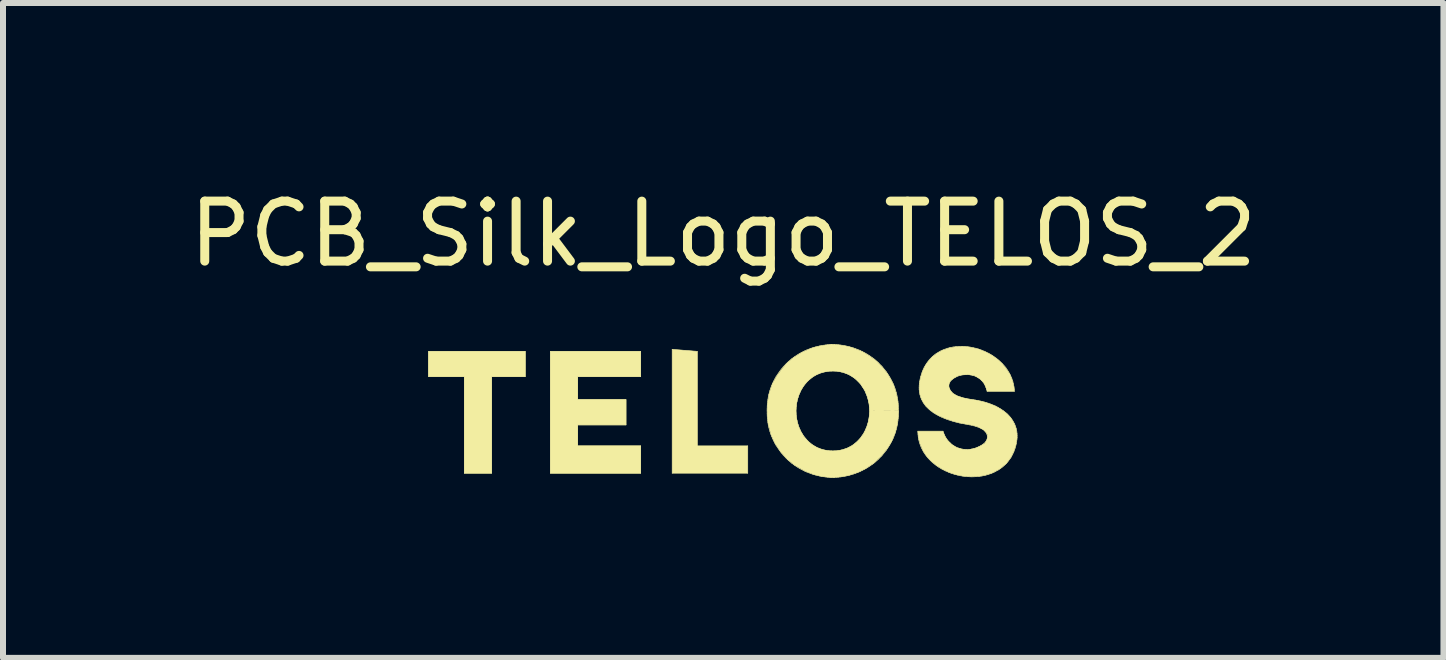
<source format=kicad_pcb>
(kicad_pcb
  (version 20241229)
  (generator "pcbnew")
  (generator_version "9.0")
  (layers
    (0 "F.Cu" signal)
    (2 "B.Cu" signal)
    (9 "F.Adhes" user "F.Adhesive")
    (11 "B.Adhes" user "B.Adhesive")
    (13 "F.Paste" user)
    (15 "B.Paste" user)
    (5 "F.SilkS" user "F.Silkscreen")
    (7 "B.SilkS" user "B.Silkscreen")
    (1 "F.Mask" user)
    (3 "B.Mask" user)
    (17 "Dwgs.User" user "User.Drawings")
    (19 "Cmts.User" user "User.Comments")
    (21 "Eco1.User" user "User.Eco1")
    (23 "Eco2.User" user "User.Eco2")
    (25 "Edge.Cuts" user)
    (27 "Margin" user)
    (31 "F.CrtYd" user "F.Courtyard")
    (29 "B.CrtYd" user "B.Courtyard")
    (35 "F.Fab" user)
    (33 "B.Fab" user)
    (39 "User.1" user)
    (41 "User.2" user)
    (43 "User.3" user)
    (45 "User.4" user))
  (footprint "PCB_Silk_Logo_TELOS_2"
    (layer "F.Cu")
    (at 8.836 3.798)
    (property "Reference" "PCB_Silk_Logo_TELOS_2" (at 0.17 -2.95 0) (unlocked yes) (layer "F.SilkS") (effects (font (size 1 1) (thickness 0.15))))
    (attr exclude_from_pos_files exclude_from_bom)
    (fp_line (start -4.741 -0.99) (end -4.741 -0.57) (stroke (width 0.01) (type solid)) (layer "F.SilkS"))
    (fp_line (start -4.741 -0.57) (end -4.146 -0.57) (stroke (width 0.01) (type solid)) (layer "F.SilkS"))
    (fp_line (start -4.146 -0.57) (end -4.146 1.04) (stroke (width 0.01) (type solid)) (layer "F.SilkS"))
    (fp_line (start -4.146 1.04) (end -3.691 1.04) (stroke (width 0.01) (type solid)) (layer "F.SilkS"))
    (fp_line (start -3.691 -0.57) (end -3.131 -0.57) (stroke (width 0.01) (type solid)) (layer "F.SilkS"))
    (fp_line (start -3.691 1.04) (end -3.691 -0.57) (stroke (width 0.01) (type solid)) (layer "F.SilkS"))
    (fp_line (start -3.131 -0.99) (end -4.741 -0.99) (stroke (width 0.01) (type solid)) (layer "F.SilkS"))
    (fp_line (start -3.131 -0.57) (end -3.131 -0.99) (stroke (width 0.01) (type solid)) (layer "F.SilkS"))
    (fp_line (start -2.711 -0.99) (end -2.711 1.04) (stroke (width 0.01) (type solid)) (layer "F.SilkS"))
    (fp_line (start -2.711 1.04) (end -1.206 1.04) (stroke (width 0.01) (type solid)) (layer "F.SilkS"))
    (fp_line (start -2.256 -0.57) (end -1.206 -0.57) (stroke (width 0.01) (type solid)) (layer "F.SilkS"))
    (fp_line (start -2.256 -0.185) (end -2.256 -0.57) (stroke (width 0.01) (type solid)) (layer "F.SilkS"))
    (fp_line (start -2.256 0.235) (end -1.451 0.235) (stroke (width 0.01) (type solid)) (layer "F.SilkS"))
    (fp_line (start -2.256 0.585) (end -2.256 0.235) (stroke (width 0.01) (type solid)) (layer "F.SilkS"))
    (fp_line (start -1.451 -0.185) (end -2.256 -0.185) (stroke (width 0.01) (type solid)) (layer "F.SilkS"))
    (fp_line (start -1.451 0.235) (end -1.451 -0.185) (stroke (width 0.01) (type solid)) (layer "F.SilkS"))
    (fp_line (start -1.206 -0.99) (end -2.711 -0.99) (stroke (width 0.01) (type solid)) (layer "F.SilkS"))
    (fp_line (start -1.206 -0.57) (end -1.206 -0.99) (stroke (width 0.01) (type solid)) (layer "F.SilkS"))
    (fp_line (start -1.206 0.585) (end -2.256 0.585) (stroke (width 0.01) (type solid)) (layer "F.SilkS"))
    (fp_line (start -1.206 1.04) (end -1.206 0.585) (stroke (width 0.01) (type solid)) (layer "F.SilkS"))
    (fp_line (start -0.681 -1.025) (end -0.681 1.04) (stroke (width 0.01) (type solid)) (layer "F.SilkS"))
    (fp_line (start -0.681 1.04) (end 0.579 1.04) (stroke (width 0.01) (type solid)) (layer "F.SilkS"))
    (fp_line (start -0.261 -0.99) (end -0.681 -1.025) (stroke (width 0.01) (type solid)) (layer "F.SilkS"))
    (fp_line (start -0.261 0.585) (end -0.261 -0.99) (stroke (width 0.01) (type solid)) (layer "F.SilkS"))
    (fp_line (start 0.579 0.585) (end -0.261 0.585) (stroke (width 0.01) (type solid)) (layer "F.SilkS"))
    (fp_line (start 0.579 1.04) (end 0.579 0.585) (stroke (width 0.01) (type solid)) (layer "F.SilkS"))
    (fp_line (start 0.902 -0.034) (end 0.903 -0.065) (stroke (width 0.01) (type solid)) (layer "F.SilkS"))
    (fp_line (start 0.902 0.04) (end 0.903 0.071) (stroke (width 0.01) (type solid)) (layer "F.SilkS"))
    (fp_line (start 0.902 -0.004) (end 0.902 -0.034) (stroke (width 0.01) (type solid)) (layer "F.SilkS"))
    (fp_line (start 0.902 0.01) (end 0.902 0.04) (stroke (width 0.01) (type solid)) (layer "F.SilkS"))
    (fp_line (start 0.903 -0.065) (end 0.904 -0.095) (stroke (width 0.01) (type solid)) (layer "F.SilkS"))
    (fp_line (start 0.903 0.071) (end 0.904 0.101) (stroke (width 0.01) (type solid)) (layer "F.SilkS"))
    (fp_line (start 0.903 -0.02) (end 0.902 0.01) (stroke (width 0.01) (type solid)) (layer "F.SilkS"))
    (fp_line (start 0.904 -0.095) (end 0.907 -0.126) (stroke (width 0.01) (type solid)) (layer "F.SilkS"))
    (fp_line (start 0.904 0.101) (end 0.907 0.132) (stroke (width 0.01) (type solid)) (layer "F.SilkS"))
    (fp_line (start 0.907 -0.126) (end 0.91 -0.156) (stroke (width 0.01) (type solid)) (layer "F.SilkS"))
    (fp_line (start 0.907 0.132) (end 0.91 0.162) (stroke (width 0.01) (type solid)) (layer "F.SilkS"))
    (fp_line (start 0.91 -0.156) (end 0.914 -0.186) (stroke (width 0.01) (type solid)) (layer "F.SilkS"))
    (fp_line (start 0.91 0.162) (end 0.914 0.192) (stroke (width 0.01) (type solid)) (layer "F.SilkS"))
    (fp_line (start 0.914 -0.186) (end 0.919 -0.216) (stroke (width 0.01) (type solid)) (layer "F.SilkS"))
    (fp_line (start 0.914 0.192) (end 0.919 0.222) (stroke (width 0.01) (type solid)) (layer "F.SilkS"))
    (fp_line (start 0.919 -0.216) (end 0.925 -0.246) (stroke (width 0.01) (type solid)) (layer "F.SilkS"))
    (fp_line (start 0.919 0.222) (end 0.925 0.252) (stroke (width 0.01) (type solid)) (layer "F.SilkS"))
    (fp_line (start 0.925 -0.246) (end 0.931 -0.276) (stroke (width 0.01) (type solid)) (layer "F.SilkS"))
    (fp_line (start 0.925 0.252) (end 0.931 0.282) (stroke (width 0.01) (type solid)) (layer "F.SilkS"))
    (fp_line (start 0.931 -0.276) (end 0.939 -0.306) (stroke (width 0.01) (type solid)) (layer "F.SilkS"))
    (fp_line (start 0.931 0.282) (end 0.939 0.312) (stroke (width 0.01) (type solid)) (layer "F.SilkS"))
    (fp_line (start 0.939 -0.306) (end 0.947 -0.335) (stroke (width 0.01) (type solid)) (layer "F.SilkS"))
    (fp_line (start 0.939 0.312) (end 0.947 0.341) (stroke (width 0.01) (type solid)) (layer "F.SilkS"))
    (fp_line (start 0.947 -0.335) (end 0.957 -0.365) (stroke (width 0.01) (type solid)) (layer "F.SilkS"))
    (fp_line (start 0.947 0.341) (end 0.957 0.371) (stroke (width 0.01) (type solid)) (layer "F.SilkS"))
    (fp_line (start 0.957 -0.365) (end 0.967 -0.394) (stroke (width 0.01) (type solid)) (layer "F.SilkS"))
    (fp_line (start 0.957 0.371) (end 0.967 0.4) (stroke (width 0.01) (type solid)) (layer "F.SilkS"))
    (fp_line (start 0.967 -0.394) (end 0.978 -0.422) (stroke (width 0.01) (type solid)) (layer "F.SilkS"))
    (fp_line (start 0.967 0.4) (end 0.978 0.428) (stroke (width 0.01) (type solid)) (layer "F.SilkS"))
    (fp_line (start 0.978 -0.422) (end 0.99 -0.451) (stroke (width 0.01) (type solid)) (layer "F.SilkS"))
    (fp_line (start 0.978 0.428) (end 0.99 0.457) (stroke (width 0.01) (type solid)) (layer "F.SilkS"))
    (fp_line (start 0.99 -0.451) (end 1.003 -0.479) (stroke (width 0.01) (type solid)) (layer "F.SilkS"))
    (fp_line (start 0.99 0.457) (end 1.003 0.485) (stroke (width 0.01) (type solid)) (layer "F.SilkS"))
    (fp_line (start 1.003 -0.479) (end 1.017 -0.507) (stroke (width 0.01) (type solid)) (layer "F.SilkS"))
    (fp_line (start 1.003 0.485) (end 1.017 0.513) (stroke (width 0.01) (type solid)) (layer "F.SilkS"))
    (fp_line (start 1.017 -0.507) (end 1.032 -0.535) (stroke (width 0.01) (type solid)) (layer "F.SilkS"))
    (fp_line (start 1.017 0.513) (end 1.032 0.541) (stroke (width 0.01) (type solid)) (layer "F.SilkS"))
    (fp_line (start 1.032 -0.535) (end 1.049 -0.566) (stroke (width 0.01) (type solid)) (layer "F.SilkS"))
    (fp_line (start 1.032 0.541) (end 1.049 0.572) (stroke (width 0.01) (type solid)) (layer "F.SilkS"))
    (fp_line (start 1.049 -0.566) (end 1.068 -0.595) (stroke (width 0.01) (type solid)) (layer "F.SilkS"))
    (fp_line (start 1.049 0.572) (end 1.068 0.601) (stroke (width 0.01) (type solid)) (layer "F.SilkS"))
    (fp_line (start 1.068 -0.595) (end 1.087 -0.624) (stroke (width 0.01) (type solid)) (layer "F.SilkS"))
    (fp_line (start 1.068 0.601) (end 1.087 0.63) (stroke (width 0.01) (type solid)) (layer "F.SilkS"))
    (fp_line (start 1.087 -0.624) (end 1.106 -0.652) (stroke (width 0.01) (type solid)) (layer "F.SilkS"))
    (fp_line (start 1.087 0.63) (end 1.106 0.658) (stroke (width 0.01) (type solid)) (layer "F.SilkS"))
    (fp_line (start 1.106 -0.652) (end 1.127 -0.679) (stroke (width 0.01) (type solid)) (layer "F.SilkS"))
    (fp_line (start 1.106 0.658) (end 1.127 0.685) (stroke (width 0.01) (type solid)) (layer "F.SilkS"))
    (fp_line (start 1.127 -0.679) (end 1.148 -0.705) (stroke (width 0.01) (type solid)) (layer "F.SilkS"))
    (fp_line (start 1.127 0.685) (end 1.148 0.711) (stroke (width 0.01) (type solid)) (layer "F.SilkS"))
    (fp_line (start 1.148 -0.705) (end 1.169 -0.731) (stroke (width 0.01) (type solid)) (layer "F.SilkS"))
    (fp_line (start 1.148 0.711) (end 1.169 0.737) (stroke (width 0.01) (type solid)) (layer "F.SilkS"))
    (fp_line (start 1.169 -0.731) (end 1.192 -0.756) (stroke (width 0.01) (type solid)) (layer "F.SilkS"))
    (fp_line (start 1.169 0.737) (end 1.192 0.762) (stroke (width 0.01) (type solid)) (layer "F.SilkS"))
    (fp_line (start 1.192 -0.756) (end 1.215 -0.779) (stroke (width 0.01) (type solid)) (layer "F.SilkS"))
    (fp_line (start 1.192 0.762) (end 1.215 0.785) (stroke (width 0.01) (type solid)) (layer "F.SilkS"))
    (fp_line (start 1.215 -0.779) (end 1.238 -0.803) (stroke (width 0.01) (type solid)) (layer "F.SilkS"))
    (fp_line (start 1.215 0.785) (end 1.238 0.809) (stroke (width 0.01) (type solid)) (layer "F.SilkS"))
    (fp_line (start 1.238 -0.803) (end 1.262 -0.825) (stroke (width 0.01) (type solid)) (layer "F.SilkS"))
    (fp_line (start 1.238 0.809) (end 1.262 0.831) (stroke (width 0.01) (type solid)) (layer "F.SilkS"))
    (fp_line (start 1.262 -0.825) (end 1.287 -0.846) (stroke (width 0.01) (type solid)) (layer "F.SilkS"))
    (fp_line (start 1.262 0.831) (end 1.287 0.852) (stroke (width 0.01) (type solid)) (layer "F.SilkS"))
    (fp_line (start 1.287 -0.846) (end 1.312 -0.867) (stroke (width 0.01) (type solid)) (layer "F.SilkS"))
    (fp_line (start 1.287 0.852) (end 1.312 0.873) (stroke (width 0.01) (type solid)) (layer "F.SilkS"))
    (fp_line (start 1.312 -0.867) (end 1.338 -0.886) (stroke (width 0.01) (type solid)) (layer "F.SilkS"))
    (fp_line (start 1.312 0.873) (end 1.338 0.892) (stroke (width 0.01) (type solid)) (layer "F.SilkS"))
    (fp_line (start 1.338 -0.886) (end 1.364 -0.905) (stroke (width 0.01) (type solid)) (layer "F.SilkS"))
    (fp_line (start 1.338 0.892) (end 1.364 0.911) (stroke (width 0.01) (type solid)) (layer "F.SilkS"))
    (fp_line (start 1.364 -0.905) (end 1.391 -0.923) (stroke (width 0.01) (type solid)) (layer "F.SilkS"))
    (fp_line (start 1.364 0.911) (end 1.391 0.929) (stroke (width 0.01) (type solid)) (layer "F.SilkS"))
    (fp_line (start 1.383 0.004) (end 1.384 0.027) (stroke (width 0.01) (type solid)) (layer "F.SilkS"))
    (fp_line (start 1.384 -0.02) (end 1.383 0.004) (stroke (width 0.01) (type solid)) (layer "F.SilkS"))
    (fp_line (start 1.384 -0.021) (end 1.385 -0.044) (stroke (width 0.01) (type solid)) (layer "F.SilkS"))
    (fp_line (start 1.384 0.027) (end 1.385 0.05) (stroke (width 0.01) (type solid)) (layer "F.SilkS"))
    (fp_line (start 1.385 -0.044) (end 1.387 -0.068) (stroke (width 0.01) (type solid)) (layer "F.SilkS"))
    (fp_line (start 1.385 0.05) (end 1.387 0.074) (stroke (width 0.01) (type solid)) (layer "F.SilkS"))
    (fp_line (start 1.387 -0.068) (end 1.389 -0.091) (stroke (width 0.01) (type solid)) (layer "F.SilkS"))
    (fp_line (start 1.387 0.074) (end 1.389 0.097) (stroke (width 0.01) (type solid)) (layer "F.SilkS"))
    (fp_line (start 1.389 -0.091) (end 1.392 -0.114) (stroke (width 0.01) (type solid)) (layer "F.SilkS"))
    (fp_line (start 1.389 0.097) (end 1.392 0.12) (stroke (width 0.01) (type solid)) (layer "F.SilkS"))
    (fp_line (start 1.391 -0.923) (end 1.418 -0.941) (stroke (width 0.01) (type solid)) (layer "F.SilkS"))
    (fp_line (start 1.391 0.929) (end 1.418 0.947) (stroke (width 0.01) (type solid)) (layer "F.SilkS"))
    (fp_line (start 1.392 -0.114) (end 1.396 -0.137) (stroke (width 0.01) (type solid)) (layer "F.SilkS"))
    (fp_line (start 1.392 0.12) (end 1.396 0.143) (stroke (width 0.01) (type solid)) (layer "F.SilkS"))
    (fp_line (start 1.396 -0.137) (end 1.401 -0.159) (stroke (width 0.01) (type solid)) (layer "F.SilkS"))
    (fp_line (start 1.396 0.143) (end 1.401 0.165) (stroke (width 0.01) (type solid)) (layer "F.SilkS"))
    (fp_line (start 1.401 -0.159) (end 1.406 -0.182) (stroke (width 0.01) (type solid)) (layer "F.SilkS"))
    (fp_line (start 1.401 0.165) (end 1.406 0.188) (stroke (width 0.01) (type solid)) (layer "F.SilkS"))
    (fp_line (start 1.406 -0.182) (end 1.412 -0.204) (stroke (width 0.01) (type solid)) (layer "F.SilkS"))
    (fp_line (start 1.406 0.188) (end 1.412 0.21) (stroke (width 0.01) (type solid)) (layer "F.SilkS"))
    (fp_line (start 1.412 -0.204) (end 1.419 -0.227) (stroke (width 0.01) (type solid)) (layer "F.SilkS"))
    (fp_line (start 1.412 0.21) (end 1.419 0.233) (stroke (width 0.01) (type solid)) (layer "F.SilkS"))
    (fp_line (start 1.418 -0.941) (end 1.446 -0.957) (stroke (width 0.01) (type solid)) (layer "F.SilkS"))
    (fp_line (start 1.418 0.947) (end 1.446 0.963) (stroke (width 0.01) (type solid)) (layer "F.SilkS"))
    (fp_line (start 1.419 -0.227) (end 1.426 -0.248) (stroke (width 0.01) (type solid)) (layer "F.SilkS"))
    (fp_line (start 1.419 0.233) (end 1.426 0.254) (stroke (width 0.01) (type solid)) (layer "F.SilkS"))
    (fp_line (start 1.426 -0.248) (end 1.434 -0.27) (stroke (width 0.01) (type solid)) (layer "F.SilkS"))
    (fp_line (start 1.426 0.254) (end 1.434 0.276) (stroke (width 0.01) (type solid)) (layer "F.SilkS"))
    (fp_line (start 1.434 -0.27) (end 1.443 -0.291) (stroke (width 0.01) (type solid)) (layer "F.SilkS"))
    (fp_line (start 1.434 0.276) (end 1.443 0.297) (stroke (width 0.01) (type solid)) (layer "F.SilkS"))
    (fp_line (start 1.443 -0.291) (end 1.452 -0.312) (stroke (width 0.01) (type solid)) (layer "F.SilkS"))
    (fp_line (start 1.443 0.297) (end 1.452 0.318) (stroke (width 0.01) (type solid)) (layer "F.SilkS"))
    (fp_line (start 1.446 -0.957) (end 1.474 -0.972) (stroke (width 0.01) (type solid)) (layer "F.SilkS"))
    (fp_line (start 1.446 0.963) (end 1.474 0.978) (stroke (width 0.01) (type solid)) (layer "F.SilkS"))
    (fp_line (start 1.452 -0.312) (end 1.462 -0.333) (stroke (width 0.01) (type solid)) (layer "F.SilkS"))
    (fp_line (start 1.452 0.318) (end 1.462 0.339) (stroke (width 0.01) (type solid)) (layer "F.SilkS"))
    (fp_line (start 1.462 -0.333) (end 1.473 -0.353) (stroke (width 0.01) (type solid)) (layer "F.SilkS"))
    (fp_line (start 1.462 0.339) (end 1.473 0.359) (stroke (width 0.01) (type solid)) (layer "F.SilkS"))
    (fp_line (start 1.473 -0.353) (end 1.484 -0.373) (stroke (width 0.01) (type solid)) (layer "F.SilkS"))
    (fp_line (start 1.473 0.359) (end 1.484 0.379) (stroke (width 0.01) (type solid)) (layer "F.SilkS"))
    (fp_line (start 1.474 -0.972) (end 1.503 -0.987) (stroke (width 0.01) (type solid)) (layer "F.SilkS"))
    (fp_line (start 1.474 0.978) (end 1.503 0.993) (stroke (width 0.01) (type solid)) (layer "F.SilkS"))
    (fp_line (start 1.484 -0.373) (end 1.496 -0.392) (stroke (width 0.01) (type solid)) (layer "F.SilkS"))
    (fp_line (start 1.484 0.379) (end 1.496 0.398) (stroke (width 0.01) (type solid)) (layer "F.SilkS"))
    (fp_line (start 1.496 -0.392) (end 1.509 -0.411) (stroke (width 0.01) (type solid)) (layer "F.SilkS"))
    (fp_line (start 1.496 0.398) (end 1.509 0.417) (stroke (width 0.01) (type solid)) (layer "F.SilkS"))
    (fp_line (start 1.503 -0.987) (end 1.532 -1.001) (stroke (width 0.01) (type solid)) (layer "F.SilkS"))
    (fp_line (start 1.503 0.993) (end 1.532 1.007) (stroke (width 0.01) (type solid)) (layer "F.SilkS"))
    (fp_line (start 1.509 -0.411) (end 1.522 -0.43) (stroke (width 0.01) (type solid)) (layer "F.SilkS"))
    (fp_line (start 1.509 0.417) (end 1.522 0.436) (stroke (width 0.01) (type solid)) (layer "F.SilkS"))
    (fp_line (start 1.522 -0.43) (end 1.536 -0.448) (stroke (width 0.01) (type solid)) (layer "F.SilkS"))
    (fp_line (start 1.522 0.436) (end 1.536 0.454) (stroke (width 0.01) (type solid)) (layer "F.SilkS"))
    (fp_line (start 1.532 -1.001) (end 1.561 -1.014) (stroke (width 0.01) (type solid)) (layer "F.SilkS"))
    (fp_line (start 1.532 1.007) (end 1.561 1.02) (stroke (width 0.01) (type solid)) (layer "F.SilkS"))
    (fp_line (start 1.536 -0.448) (end 1.551 -0.465) (stroke (width 0.01) (type solid)) (layer "F.SilkS"))
    (fp_line (start 1.536 0.454) (end 1.551 0.471) (stroke (width 0.01) (type solid)) (layer "F.SilkS"))
    (fp_line (start 1.551 -0.465) (end 1.566 -0.482) (stroke (width 0.01) (type solid)) (layer "F.SilkS"))
    (fp_line (start 1.551 0.471) (end 1.566 0.488) (stroke (width 0.01) (type solid)) (layer "F.SilkS"))
    (fp_line (start 1.561 -1.014) (end 1.591 -1.026) (stroke (width 0.01) (type solid)) (layer "F.SilkS"))
    (fp_line (start 1.561 1.02) (end 1.591 1.032) (stroke (width 0.01) (type solid)) (layer "F.SilkS"))
    (fp_line (start 1.566 -0.482) (end 1.582 -0.498) (stroke (width 0.01) (type solid)) (layer "F.SilkS"))
    (fp_line (start 1.566 0.488) (end 1.582 0.504) (stroke (width 0.01) (type solid)) (layer "F.SilkS"))
    (fp_line (start 1.582 -0.498) (end 1.598 -0.514) (stroke (width 0.01) (type solid)) (layer "F.SilkS"))
    (fp_line (start 1.582 0.504) (end 1.598 0.52) (stroke (width 0.01) (type solid)) (layer "F.SilkS"))
    (fp_line (start 1.591 -1.026) (end 1.621 -1.037) (stroke (width 0.01) (type solid)) (layer "F.SilkS"))
    (fp_line (start 1.591 1.032) (end 1.621 1.043) (stroke (width 0.01) (type solid)) (layer "F.SilkS"))
    (fp_line (start 1.598 -0.514) (end 1.616 -0.529) (stroke (width 0.01) (type solid)) (layer "F.SilkS"))
    (fp_line (start 1.598 0.52) (end 1.616 0.535) (stroke (width 0.01) (type solid)) (layer "F.SilkS"))
    (fp_line (start 1.616 -0.529) (end 1.633 -0.543) (stroke (width 0.01) (type solid)) (layer "F.SilkS"))
    (fp_line (start 1.616 0.535) (end 1.633 0.549) (stroke (width 0.01) (type solid)) (layer "F.SilkS"))
    (fp_line (start 1.621 -1.037) (end 1.652 -1.048) (stroke (width 0.01) (type solid)) (layer "F.SilkS"))
    (fp_line (start 1.621 1.043) (end 1.652 1.054) (stroke (width 0.01) (type solid)) (layer "F.SilkS"))
    (fp_line (start 1.633 -0.543) (end 1.652 -0.557) (stroke (width 0.01) (type solid)) (layer "F.SilkS"))
    (fp_line (start 1.633 0.549) (end 1.652 0.563) (stroke (width 0.01) (type solid)) (layer "F.SilkS"))
    (fp_line (start 1.652 -1.048) (end 1.683 -1.058) (stroke (width 0.01) (type solid)) (layer "F.SilkS"))
    (fp_line (start 1.652 1.054) (end 1.683 1.064) (stroke (width 0.01) (type solid)) (layer "F.SilkS"))
    (fp_line (start 1.652 -0.557) (end 1.671 -0.57) (stroke (width 0.01) (type solid)) (layer "F.SilkS"))
    (fp_line (start 1.652 0.563) (end 1.671 0.576) (stroke (width 0.01) (type solid)) (layer "F.SilkS"))
    (fp_line (start 1.671 -0.57) (end 1.691 -0.582) (stroke (width 0.01) (type solid)) (layer "F.SilkS"))
    (fp_line (start 1.671 0.576) (end 1.691 0.588) (stroke (width 0.01) (type solid)) (layer "F.SilkS"))
    (fp_line (start 1.683 -1.058) (end 1.714 -1.066) (stroke (width 0.01) (type solid)) (layer "F.SilkS"))
    (fp_line (start 1.683 1.064) (end 1.714 1.072) (stroke (width 0.01) (type solid)) (layer "F.SilkS"))
    (fp_line (start 1.691 -0.582) (end 1.711 -0.594) (stroke (width 0.01) (type solid)) (layer "F.SilkS"))
    (fp_line (start 1.691 0.588) (end 1.711 0.6) (stroke (width 0.01) (type solid)) (layer "F.SilkS"))
    (fp_line (start 1.711 -0.594) (end 1.732 -0.605) (stroke (width 0.01) (type solid)) (layer "F.SilkS"))
    (fp_line (start 1.711 0.6) (end 1.732 0.611) (stroke (width 0.01) (type solid)) (layer "F.SilkS"))
    (fp_line (start 1.714 -1.066) (end 1.745 -1.074) (stroke (width 0.01) (type solid)) (layer "F.SilkS"))
    (fp_line (start 1.714 1.072) (end 1.745 1.08) (stroke (width 0.01) (type solid)) (layer "F.SilkS"))
    (fp_line (start 1.732 -0.605) (end 1.754 -0.615) (stroke (width 0.01) (type solid)) (layer "F.SilkS"))
    (fp_line (start 1.732 0.611) (end 1.754 0.621) (stroke (width 0.01) (type solid)) (layer "F.SilkS"))
    (fp_line (start 1.745 -1.074) (end 1.777 -1.081) (stroke (width 0.01) (type solid)) (layer "F.SilkS"))
    (fp_line (start 1.745 1.08) (end 1.777 1.087) (stroke (width 0.01) (type solid)) (layer "F.SilkS"))
    (fp_line (start 1.754 -0.615) (end 1.777 -0.624) (stroke (width 0.01) (type solid)) (layer "F.SilkS"))
    (fp_line (start 1.754 0.621) (end 1.777 0.63) (stroke (width 0.01) (type solid)) (layer "F.SilkS"))
    (fp_line (start 1.777 -0.624) (end 1.8 -0.632) (stroke (width 0.01) (type solid)) (layer "F.SilkS"))
    (fp_line (start 1.777 0.63) (end 1.8 0.638) (stroke (width 0.01) (type solid)) (layer "F.SilkS"))
    (fp_line (start 1.777 -1.081) (end 1.809 -1.088) (stroke (width 0.01) (type solid)) (layer "F.SilkS"))
    (fp_line (start 1.777 1.087) (end 1.809 1.094) (stroke (width 0.01) (type solid)) (layer "F.SilkS"))
    (fp_line (start 1.8 -0.632) (end 1.823 -0.639) (stroke (width 0.01) (type solid)) (layer "F.SilkS"))
    (fp_line (start 1.8 0.638) (end 1.823 0.645) (stroke (width 0.01) (type solid)) (layer "F.SilkS"))
    (fp_line (start 1.809 -1.088) (end 1.841 -1.093) (stroke (width 0.01) (type solid)) (layer "F.SilkS"))
    (fp_line (start 1.809 1.094) (end 1.841 1.099) (stroke (width 0.01) (type solid)) (layer "F.SilkS"))
    (fp_line (start 1.823 -0.639) (end 1.847 -0.646) (stroke (width 0.01) (type solid)) (layer "F.SilkS"))
    (fp_line (start 1.823 0.645) (end 1.847 0.652) (stroke (width 0.01) (type solid)) (layer "F.SilkS"))
    (fp_line (start 1.841 -1.093) (end 1.874 -1.097) (stroke (width 0.01) (type solid)) (layer "F.SilkS"))
    (fp_line (start 1.841 1.099) (end 1.874 1.103) (stroke (width 0.01) (type solid)) (layer "F.SilkS"))
    (fp_line (start 1.847 -0.646) (end 1.872 -0.651) (stroke (width 0.01) (type solid)) (layer "F.SilkS"))
    (fp_line (start 1.847 0.652) (end 1.872 0.657) (stroke (width 0.01) (type solid)) (layer "F.SilkS"))
    (fp_line (start 1.872 -0.651) (end 1.898 -0.656) (stroke (width 0.01) (type solid)) (layer "F.SilkS"))
    (fp_line (start 1.872 0.657) (end 1.898 0.662) (stroke (width 0.01) (type solid)) (layer "F.SilkS"))
    (fp_line (start 1.874 -1.097) (end 1.906 -1.101) (stroke (width 0.01) (type solid)) (layer "F.SilkS"))
    (fp_line (start 1.874 1.103) (end 1.906 1.107) (stroke (width 0.01) (type solid)) (layer "F.SilkS"))
    (fp_line (start 1.898 -0.656) (end 1.924 -0.659) (stroke (width 0.01) (type solid)) (layer "F.SilkS"))
    (fp_line (start 1.898 0.662) (end 1.924 0.665) (stroke (width 0.01) (type solid)) (layer "F.SilkS"))
    (fp_line (start 1.906 -1.101) (end 1.939 -1.104) (stroke (width 0.01) (type solid)) (layer "F.SilkS"))
    (fp_line (start 1.906 1.107) (end 1.939 1.11) (stroke (width 0.01) (type solid)) (layer "F.SilkS"))
    (fp_line (start 1.924 -0.659) (end 1.95 -0.662) (stroke (width 0.01) (type solid)) (layer "F.SilkS"))
    (fp_line (start 1.924 0.665) (end 1.95 0.668) (stroke (width 0.01) (type solid)) (layer "F.SilkS"))
    (fp_line (start 1.939 -1.104) (end 1.972 -1.106) (stroke (width 0.01) (type solid)) (layer "F.SilkS"))
    (fp_line (start 1.939 1.11) (end 1.972 1.112) (stroke (width 0.01) (type solid)) (layer "F.SilkS"))
    (fp_line (start 1.95 -0.662) (end 1.978 -0.663) (stroke (width 0.01) (type solid)) (layer "F.SilkS"))
    (fp_line (start 1.95 0.668) (end 1.978 0.669) (stroke (width 0.01) (type solid)) (layer "F.SilkS"))
    (fp_line (start 1.961 -1.105) (end 1.987 -1.107) (stroke (width 0.01) (type solid)) (layer "F.SilkS"))
    (fp_line (start 1.961 1.111) (end 1.987 1.113) (stroke (width 0.01) (type solid)) (layer "F.SilkS"))
    (fp_line (start 1.97 0.67) (end 1.997 0.67) (stroke (width 0.01) (type solid)) (layer "F.SilkS"))
    (fp_line (start 1.987 1.113) (end 2.013 1.114) (stroke (width 0.01) (type solid)) (layer "F.SilkS"))
    (fp_line (start 1.996 -0.664) (end 1.969 -0.664) (stroke (width 0.01) (type solid)) (layer "F.SilkS"))
    (fp_line (start 1.997 0.67) (end 2.024 0.67) (stroke (width 0.01) (type solid)) (layer "F.SilkS"))
    (fp_line (start 2.004 -1.107) (end 1.978 -1.108) (stroke (width 0.01) (type solid)) (layer "F.SilkS"))
    (fp_line (start 2.023 -0.664) (end 1.996 -0.664) (stroke (width 0.01) (type solid)) (layer "F.SilkS"))
    (fp_line (start 2.03 -1.105) (end 2.004 -1.107) (stroke (width 0.01) (type solid)) (layer "F.SilkS"))
    (fp_line (start 2.03 1.111) (end 2.004 1.113) (stroke (width 0.01) (type solid)) (layer "F.SilkS"))
    (fp_line (start 2.043 -0.662) (end 2.015 -0.663) (stroke (width 0.01) (type solid)) (layer "F.SilkS"))
    (fp_line (start 2.043 0.668) (end 2.015 0.669) (stroke (width 0.01) (type solid)) (layer "F.SilkS"))
    (fp_line (start 2.054 -1.104) (end 2.021 -1.106) (stroke (width 0.01) (type solid)) (layer "F.SilkS"))
    (fp_line (start 2.054 1.11) (end 2.021 1.112) (stroke (width 0.01) (type solid)) (layer "F.SilkS"))
    (fp_line (start 2.069 -0.659) (end 2.043 -0.662) (stroke (width 0.01) (type solid)) (layer "F.SilkS"))
    (fp_line (start 2.069 0.665) (end 2.043 0.668) (stroke (width 0.01) (type solid)) (layer "F.SilkS"))
    (fp_line (start 2.087 -1.101) (end 2.054 -1.104) (stroke (width 0.01) (type solid)) (layer "F.SilkS"))
    (fp_line (start 2.087 1.107) (end 2.054 1.11) (stroke (width 0.01) (type solid)) (layer "F.SilkS"))
    (fp_line (start 2.095 -0.656) (end 2.069 -0.659) (stroke (width 0.01) (type solid)) (layer "F.SilkS"))
    (fp_line (start 2.095 0.662) (end 2.069 0.665) (stroke (width 0.01) (type solid)) (layer "F.SilkS"))
    (fp_line (start 2.119 -1.097) (end 2.087 -1.101) (stroke (width 0.01) (type solid)) (layer "F.SilkS"))
    (fp_line (start 2.119 1.103) (end 2.087 1.107) (stroke (width 0.01) (type solid)) (layer "F.SilkS"))
    (fp_line (start 2.121 -0.651) (end 2.095 -0.656) (stroke (width 0.01) (type solid)) (layer "F.SilkS"))
    (fp_line (start 2.121 0.657) (end 2.095 0.662) (stroke (width 0.01) (type solid)) (layer "F.SilkS"))
    (fp_line (start 2.146 -0.646) (end 2.121 -0.651) (stroke (width 0.01) (type solid)) (layer "F.SilkS"))
    (fp_line (start 2.146 0.652) (end 2.121 0.657) (stroke (width 0.01) (type solid)) (layer "F.SilkS"))
    (fp_line (start 2.152 -1.093) (end 2.119 -1.097) (stroke (width 0.01) (type solid)) (layer "F.SilkS"))
    (fp_line (start 2.152 1.099) (end 2.119 1.103) (stroke (width 0.01) (type solid)) (layer "F.SilkS"))
    (fp_line (start 2.17 -0.639) (end 2.146 -0.646) (stroke (width 0.01) (type solid)) (layer "F.SilkS"))
    (fp_line (start 2.17 0.645) (end 2.146 0.652) (stroke (width 0.01) (type solid)) (layer "F.SilkS"))
    (fp_line (start 2.184 -1.088) (end 2.152 -1.093) (stroke (width 0.01) (type solid)) (layer "F.SilkS"))
    (fp_line (start 2.184 1.094) (end 2.152 1.099) (stroke (width 0.01) (type solid)) (layer "F.SilkS"))
    (fp_line (start 2.193 -0.632) (end 2.17 -0.639) (stroke (width 0.01) (type solid)) (layer "F.SilkS"))
    (fp_line (start 2.193 0.638) (end 2.17 0.645) (stroke (width 0.01) (type solid)) (layer "F.SilkS"))
    (fp_line (start 2.216 -1.081) (end 2.184 -1.088) (stroke (width 0.01) (type solid)) (layer "F.SilkS"))
    (fp_line (start 2.216 1.087) (end 2.184 1.094) (stroke (width 0.01) (type solid)) (layer "F.SilkS"))
    (fp_line (start 2.216 -0.624) (end 2.193 -0.632) (stroke (width 0.01) (type solid)) (layer "F.SilkS"))
    (fp_line (start 2.216 0.63) (end 2.193 0.638) (stroke (width 0.01) (type solid)) (layer "F.SilkS"))
    (fp_line (start 2.239 -0.615) (end 2.216 -0.624) (stroke (width 0.01) (type solid)) (layer "F.SilkS"))
    (fp_line (start 2.239 0.621) (end 2.216 0.63) (stroke (width 0.01) (type solid)) (layer "F.SilkS"))
    (fp_line (start 2.248 -1.074) (end 2.216 -1.081) (stroke (width 0.01) (type solid)) (layer "F.SilkS"))
    (fp_line (start 2.248 1.08) (end 2.216 1.087) (stroke (width 0.01) (type solid)) (layer "F.SilkS"))
    (fp_line (start 2.261 -0.605) (end 2.239 -0.615) (stroke (width 0.01) (type solid)) (layer "F.SilkS"))
    (fp_line (start 2.261 0.611) (end 2.239 0.621) (stroke (width 0.01) (type solid)) (layer "F.SilkS"))
    (fp_line (start 2.279 -1.066) (end 2.248 -1.074) (stroke (width 0.01) (type solid)) (layer "F.SilkS"))
    (fp_line (start 2.279 1.072) (end 2.248 1.08) (stroke (width 0.01) (type solid)) (layer "F.SilkS"))
    (fp_line (start 2.282 -0.594) (end 2.261 -0.605) (stroke (width 0.01) (type solid)) (layer "F.SilkS"))
    (fp_line (start 2.282 0.6) (end 2.261 0.611) (stroke (width 0.01) (type solid)) (layer "F.SilkS"))
    (fp_line (start 2.302 -0.582) (end 2.282 -0.594) (stroke (width 0.01) (type solid)) (layer "F.SilkS"))
    (fp_line (start 2.302 0.588) (end 2.282 0.6) (stroke (width 0.01) (type solid)) (layer "F.SilkS"))
    (fp_line (start 2.31 -1.058) (end 2.279 -1.066) (stroke (width 0.01) (type solid)) (layer "F.SilkS"))
    (fp_line (start 2.31 1.064) (end 2.279 1.072) (stroke (width 0.01) (type solid)) (layer "F.SilkS"))
    (fp_line (start 2.322 -0.57) (end 2.302 -0.582) (stroke (width 0.01) (type solid)) (layer "F.SilkS"))
    (fp_line (start 2.322 0.576) (end 2.302 0.588) (stroke (width 0.01) (type solid)) (layer "F.SilkS"))
    (fp_line (start 2.341 -0.557) (end 2.322 -0.57) (stroke (width 0.01) (type solid)) (layer "F.SilkS"))
    (fp_line (start 2.341 0.563) (end 2.322 0.576) (stroke (width 0.01) (type solid)) (layer "F.SilkS"))
    (fp_line (start 2.341 -1.048) (end 2.31 -1.058) (stroke (width 0.01) (type solid)) (layer "F.SilkS"))
    (fp_line (start 2.341 1.054) (end 2.31 1.064) (stroke (width 0.01) (type solid)) (layer "F.SilkS"))
    (fp_line (start 2.36 -0.543) (end 2.341 -0.557) (stroke (width 0.01) (type solid)) (layer "F.SilkS"))
    (fp_line (start 2.36 0.549) (end 2.341 0.563) (stroke (width 0.01) (type solid)) (layer "F.SilkS"))
    (fp_line (start 2.372 -1.037) (end 2.341 -1.048) (stroke (width 0.01) (type solid)) (layer "F.SilkS"))
    (fp_line (start 2.372 1.043) (end 2.341 1.054) (stroke (width 0.01) (type solid)) (layer "F.SilkS"))
    (fp_line (start 2.377 -0.529) (end 2.36 -0.543) (stroke (width 0.01) (type solid)) (layer "F.SilkS"))
    (fp_line (start 2.377 0.535) (end 2.36 0.549) (stroke (width 0.01) (type solid)) (layer "F.SilkS"))
    (fp_line (start 2.395 -0.514) (end 2.377 -0.529) (stroke (width 0.01) (type solid)) (layer "F.SilkS"))
    (fp_line (start 2.395 0.52) (end 2.377 0.535) (stroke (width 0.01) (type solid)) (layer "F.SilkS"))
    (fp_line (start 2.402 -1.026) (end 2.372 -1.037) (stroke (width 0.01) (type solid)) (layer "F.SilkS"))
    (fp_line (start 2.402 1.032) (end 2.372 1.043) (stroke (width 0.01) (type solid)) (layer "F.SilkS"))
    (fp_line (start 2.411 -0.498) (end 2.395 -0.514) (stroke (width 0.01) (type solid)) (layer "F.SilkS"))
    (fp_line (start 2.411 0.504) (end 2.395 0.52) (stroke (width 0.01) (type solid)) (layer "F.SilkS"))
    (fp_line (start 2.427 -0.482) (end 2.411 -0.498) (stroke (width 0.01) (type solid)) (layer "F.SilkS"))
    (fp_line (start 2.427 0.488) (end 2.411 0.504) (stroke (width 0.01) (type solid)) (layer "F.SilkS"))
    (fp_line (start 2.432 -1.014) (end 2.402 -1.026) (stroke (width 0.01) (type solid)) (layer "F.SilkS"))
    (fp_line (start 2.432 1.02) (end 2.402 1.032) (stroke (width 0.01) (type solid)) (layer "F.SilkS"))
    (fp_line (start 2.442 -0.465) (end 2.427 -0.482) (stroke (width 0.01) (type solid)) (layer "F.SilkS"))
    (fp_line (start 2.442 0.471) (end 2.427 0.488) (stroke (width 0.01) (type solid)) (layer "F.SilkS"))
    (fp_line (start 2.457 -0.448) (end 2.442 -0.465) (stroke (width 0.01) (type solid)) (layer "F.SilkS"))
    (fp_line (start 2.457 0.454) (end 2.442 0.471) (stroke (width 0.01) (type solid)) (layer "F.SilkS"))
    (fp_line (start 2.461 -1.001) (end 2.432 -1.014) (stroke (width 0.01) (type solid)) (layer "F.SilkS"))
    (fp_line (start 2.461 1.007) (end 2.432 1.02) (stroke (width 0.01) (type solid)) (layer "F.SilkS"))
    (fp_line (start 2.471 -0.43) (end 2.457 -0.448) (stroke (width 0.01) (type solid)) (layer "F.SilkS"))
    (fp_line (start 2.471 0.436) (end 2.457 0.454) (stroke (width 0.01) (type solid)) (layer "F.SilkS"))
    (fp_line (start 2.484 -0.411) (end 2.471 -0.43) (stroke (width 0.01) (type solid)) (layer "F.SilkS"))
    (fp_line (start 2.484 0.417) (end 2.471 0.436) (stroke (width 0.01) (type solid)) (layer "F.SilkS"))
    (fp_line (start 2.49 -0.987) (end 2.461 -1.001) (stroke (width 0.01) (type solid)) (layer "F.SilkS"))
    (fp_line (start 2.49 0.993) (end 2.461 1.007) (stroke (width 0.01) (type solid)) (layer "F.SilkS"))
    (fp_line (start 2.497 -0.392) (end 2.484 -0.411) (stroke (width 0.01) (type solid)) (layer "F.SilkS"))
    (fp_line (start 2.497 0.398) (end 2.484 0.417) (stroke (width 0.01) (type solid)) (layer "F.SilkS"))
    (fp_line (start 2.509 -0.373) (end 2.497 -0.392) (stroke (width 0.01) (type solid)) (layer "F.SilkS"))
    (fp_line (start 2.509 0.379) (end 2.497 0.398) (stroke (width 0.01) (type solid)) (layer "F.SilkS"))
    (fp_line (start 2.519 -0.972) (end 2.49 -0.987) (stroke (width 0.01) (type solid)) (layer "F.SilkS"))
    (fp_line (start 2.519 0.978) (end 2.49 0.993) (stroke (width 0.01) (type solid)) (layer "F.SilkS"))
    (fp_line (start 2.52 -0.353) (end 2.509 -0.373) (stroke (width 0.01) (type solid)) (layer "F.SilkS"))
    (fp_line (start 2.52 0.359) (end 2.509 0.379) (stroke (width 0.01) (type solid)) (layer "F.SilkS"))
    (fp_line (start 2.531 -0.333) (end 2.52 -0.353) (stroke (width 0.01) (type solid)) (layer "F.SilkS"))
    (fp_line (start 2.531 0.339) (end 2.52 0.359) (stroke (width 0.01) (type solid)) (layer "F.SilkS"))
    (fp_line (start 2.541 -0.312) (end 2.531 -0.333) (stroke (width 0.01) (type solid)) (layer "F.SilkS"))
    (fp_line (start 2.541 0.318) (end 2.531 0.339) (stroke (width 0.01) (type solid)) (layer "F.SilkS"))
    (fp_line (start 2.547 -0.957) (end 2.519 -0.972) (stroke (width 0.01) (type solid)) (layer "F.SilkS"))
    (fp_line (start 2.547 0.963) (end 2.519 0.978) (stroke (width 0.01) (type solid)) (layer "F.SilkS"))
    (fp_line (start 2.55 -0.291) (end 2.541 -0.312) (stroke (width 0.01) (type solid)) (layer "F.SilkS"))
    (fp_line (start 2.55 0.297) (end 2.541 0.318) (stroke (width 0.01) (type solid)) (layer "F.SilkS"))
    (fp_line (start 2.559 -0.27) (end 2.55 -0.291) (stroke (width 0.01) (type solid)) (layer "F.SilkS"))
    (fp_line (start 2.559 0.276) (end 2.55 0.297) (stroke (width 0.01) (type solid)) (layer "F.SilkS"))
    (fp_line (start 2.567 -0.248) (end 2.559 -0.27) (stroke (width 0.01) (type solid)) (layer "F.SilkS"))
    (fp_line (start 2.567 0.254) (end 2.559 0.276) (stroke (width 0.01) (type solid)) (layer "F.SilkS"))
    (fp_line (start 2.574 -0.227) (end 2.567 -0.248) (stroke (width 0.01) (type solid)) (layer "F.SilkS"))
    (fp_line (start 2.574 0.233) (end 2.567 0.254) (stroke (width 0.01) (type solid)) (layer "F.SilkS"))
    (fp_line (start 2.575 -0.941) (end 2.547 -0.957) (stroke (width 0.01) (type solid)) (layer "F.SilkS"))
    (fp_line (start 2.575 0.947) (end 2.547 0.963) (stroke (width 0.01) (type solid)) (layer "F.SilkS"))
    (fp_line (start 2.581 -0.204) (end 2.574 -0.227) (stroke (width 0.01) (type solid)) (layer "F.SilkS"))
    (fp_line (start 2.581 0.21) (end 2.574 0.233) (stroke (width 0.01) (type solid)) (layer "F.SilkS"))
    (fp_line (start 2.587 -0.182) (end 2.581 -0.204) (stroke (width 0.01) (type solid)) (layer "F.SilkS"))
    (fp_line (start 2.587 0.188) (end 2.581 0.21) (stroke (width 0.01) (type solid)) (layer "F.SilkS"))
    (fp_line (start 2.592 -0.159) (end 2.587 -0.182) (stroke (width 0.01) (type solid)) (layer "F.SilkS"))
    (fp_line (start 2.592 0.165) (end 2.587 0.188) (stroke (width 0.01) (type solid)) (layer "F.SilkS"))
    (fp_line (start 2.597 -0.137) (end 2.592 -0.159) (stroke (width 0.01) (type solid)) (layer "F.SilkS"))
    (fp_line (start 2.597 0.143) (end 2.592 0.165) (stroke (width 0.01) (type solid)) (layer "F.SilkS"))
    (fp_line (start 2.601 -0.114) (end 2.597 -0.137) (stroke (width 0.01) (type solid)) (layer "F.SilkS"))
    (fp_line (start 2.601 0.12) (end 2.597 0.143) (stroke (width 0.01) (type solid)) (layer "F.SilkS"))
    (fp_line (start 2.602 -0.923) (end 2.575 -0.941) (stroke (width 0.01) (type solid)) (layer "F.SilkS"))
    (fp_line (start 2.602 0.929) (end 2.575 0.947) (stroke (width 0.01) (type solid)) (layer "F.SilkS"))
    (fp_line (start 2.604 -0.091) (end 2.601 -0.114) (stroke (width 0.01) (type solid)) (layer "F.SilkS"))
    (fp_line (start 2.604 0.097) (end 2.601 0.12) (stroke (width 0.01) (type solid)) (layer "F.SilkS"))
    (fp_line (start 2.606 -0.068) (end 2.604 -0.091) (stroke (width 0.01) (type solid)) (layer "F.SilkS"))
    (fp_line (start 2.606 0.074) (end 2.604 0.097) (stroke (width 0.01) (type solid)) (layer "F.SilkS"))
    (fp_line (start 2.608 -0.044) (end 2.606 -0.068) (stroke (width 0.01) (type solid)) (layer "F.SilkS"))
    (fp_line (start 2.608 0.05) (end 2.606 0.074) (stroke (width 0.01) (type solid)) (layer "F.SilkS"))
    (fp_line (start 2.609 -0.021) (end 2.608 -0.044) (stroke (width 0.01) (type solid)) (layer "F.SilkS"))
    (fp_line (start 2.609 0.027) (end 2.608 0.05) (stroke (width 0.01) (type solid)) (layer "F.SilkS"))
    (fp_line (start 2.609 0.026) (end 2.61 0.002) (stroke (width 0.01) (type solid)) (layer "F.SilkS"))
    (fp_line (start 2.61 0.002) (end 2.609 -0.021) (stroke (width 0.01) (type solid)) (layer "F.SilkS"))
    (fp_line (start 2.629 -0.905) (end 2.602 -0.923) (stroke (width 0.01) (type solid)) (layer "F.SilkS"))
    (fp_line (start 2.629 0.911) (end 2.602 0.929) (stroke (width 0.01) (type solid)) (layer "F.SilkS"))
    (fp_line (start 2.655 -0.886) (end 2.629 -0.905) (stroke (width 0.01) (type solid)) (layer "F.SilkS"))
    (fp_line (start 2.655 0.892) (end 2.629 0.911) (stroke (width 0.01) (type solid)) (layer "F.SilkS"))
    (fp_line (start 2.681 -0.867) (end 2.655 -0.886) (stroke (width 0.01) (type solid)) (layer "F.SilkS"))
    (fp_line (start 2.681 0.873) (end 2.655 0.892) (stroke (width 0.01) (type solid)) (layer "F.SilkS"))
    (fp_line (start 2.706 -0.846) (end 2.681 -0.867) (stroke (width 0.01) (type solid)) (layer "F.SilkS"))
    (fp_line (start 2.706 0.852) (end 2.681 0.873) (stroke (width 0.01) (type solid)) (layer "F.SilkS"))
    (fp_line (start 2.731 -0.825) (end 2.706 -0.846) (stroke (width 0.01) (type solid)) (layer "F.SilkS"))
    (fp_line (start 2.731 0.831) (end 2.706 0.852) (stroke (width 0.01) (type solid)) (layer "F.SilkS"))
    (fp_line (start 2.755 -0.803) (end 2.731 -0.825) (stroke (width 0.01) (type solid)) (layer "F.SilkS"))
    (fp_line (start 2.755 0.809) (end 2.731 0.831) (stroke (width 0.01) (type solid)) (layer "F.SilkS"))
    (fp_line (start 2.778 -0.779) (end 2.755 -0.803) (stroke (width 0.01) (type solid)) (layer "F.SilkS"))
    (fp_line (start 2.778 0.785) (end 2.755 0.809) (stroke (width 0.01) (type solid)) (layer "F.SilkS"))
    (fp_line (start 2.801 -0.756) (end 2.778 -0.779) (stroke (width 0.01) (type solid)) (layer "F.SilkS"))
    (fp_line (start 2.801 0.762) (end 2.778 0.785) (stroke (width 0.01) (type solid)) (layer "F.SilkS"))
    (fp_line (start 2.824 -0.731) (end 2.801 -0.756) (stroke (width 0.01) (type solid)) (layer "F.SilkS"))
    (fp_line (start 2.824 0.737) (end 2.801 0.762) (stroke (width 0.01) (type solid)) (layer "F.SilkS"))
    (fp_line (start 2.845 -0.705) (end 2.824 -0.731) (stroke (width 0.01) (type solid)) (layer "F.SilkS"))
    (fp_line (start 2.845 0.711) (end 2.824 0.737) (stroke (width 0.01) (type solid)) (layer "F.SilkS"))
    (fp_line (start 2.866 -0.679) (end 2.845 -0.705) (stroke (width 0.01) (type solid)) (layer "F.SilkS"))
    (fp_line (start 2.866 0.685) (end 2.845 0.711) (stroke (width 0.01) (type solid)) (layer "F.SilkS"))
    (fp_line (start 2.887 -0.652) (end 2.866 -0.679) (stroke (width 0.01) (type solid)) (layer "F.SilkS"))
    (fp_line (start 2.887 0.658) (end 2.866 0.685) (stroke (width 0.01) (type solid)) (layer "F.SilkS"))
    (fp_line (start 2.906 -0.624) (end 2.887 -0.652) (stroke (width 0.01) (type solid)) (layer "F.SilkS"))
    (fp_line (start 2.906 0.63) (end 2.887 0.658) (stroke (width 0.01) (type solid)) (layer "F.SilkS"))
    (fp_line (start 2.925 -0.595) (end 2.906 -0.624) (stroke (width 0.01) (type solid)) (layer "F.SilkS"))
    (fp_line (start 2.925 0.601) (end 2.906 0.63) (stroke (width 0.01) (type solid)) (layer "F.SilkS"))
    (fp_line (start 2.944 -0.566) (end 2.925 -0.595) (stroke (width 0.01) (type solid)) (layer "F.SilkS"))
    (fp_line (start 2.944 0.572) (end 2.925 0.601) (stroke (width 0.01) (type solid)) (layer "F.SilkS"))
    (fp_line (start 2.961 -0.535) (end 2.944 -0.566) (stroke (width 0.01) (type solid)) (layer "F.SilkS"))
    (fp_line (start 2.961 0.541) (end 2.944 0.572) (stroke (width 0.01) (type solid)) (layer "F.SilkS"))
    (fp_line (start 2.976 -0.507) (end 2.961 -0.535) (stroke (width 0.01) (type solid)) (layer "F.SilkS"))
    (fp_line (start 2.976 0.513) (end 2.961 0.541) (stroke (width 0.01) (type solid)) (layer "F.SilkS"))
    (fp_line (start 2.99 -0.479) (end 2.976 -0.507) (stroke (width 0.01) (type solid)) (layer "F.SilkS"))
    (fp_line (start 2.99 0.485) (end 2.976 0.513) (stroke (width 0.01) (type solid)) (layer "F.SilkS"))
    (fp_line (start 3.003 -0.451) (end 2.99 -0.479) (stroke (width 0.01) (type solid)) (layer "F.SilkS"))
    (fp_line (start 3.003 0.457) (end 2.99 0.485) (stroke (width 0.01) (type solid)) (layer "F.SilkS"))
    (fp_line (start 3.015 -0.422) (end 3.003 -0.451) (stroke (width 0.01) (type solid)) (layer "F.SilkS"))
    (fp_line (start 3.015 0.428) (end 3.003 0.457) (stroke (width 0.01) (type solid)) (layer "F.SilkS"))
    (fp_line (start 3.026 -0.394) (end 3.015 -0.422) (stroke (width 0.01) (type solid)) (layer "F.SilkS"))
    (fp_line (start 3.026 0.4) (end 3.015 0.428) (stroke (width 0.01) (type solid)) (layer "F.SilkS"))
    (fp_line (start 3.036 -0.365) (end 3.026 -0.394) (stroke (width 0.01) (type solid)) (layer "F.SilkS"))
    (fp_line (start 3.036 0.371) (end 3.026 0.4) (stroke (width 0.01) (type solid)) (layer "F.SilkS"))
    (fp_line (start 3.046 -0.335) (end 3.036 -0.365) (stroke (width 0.01) (type solid)) (layer "F.SilkS"))
    (fp_line (start 3.046 0.341) (end 3.036 0.371) (stroke (width 0.01) (type solid)) (layer "F.SilkS"))
    (fp_line (start 3.054 -0.306) (end 3.046 -0.335) (stroke (width 0.01) (type solid)) (layer "F.SilkS"))
    (fp_line (start 3.054 0.312) (end 3.046 0.341) (stroke (width 0.01) (type solid)) (layer "F.SilkS"))
    (fp_line (start 3.062 -0.276) (end 3.054 -0.306) (stroke (width 0.01) (type solid)) (layer "F.SilkS"))
    (fp_line (start 3.062 0.282) (end 3.054 0.312) (stroke (width 0.01) (type solid)) (layer "F.SilkS"))
    (fp_line (start 3.068 -0.246) (end 3.062 -0.276) (stroke (width 0.01) (type solid)) (layer "F.SilkS"))
    (fp_line (start 3.068 0.252) (end 3.062 0.282) (stroke (width 0.01) (type solid)) (layer "F.SilkS"))
    (fp_line (start 3.074 -0.216) (end 3.068 -0.246) (stroke (width 0.01) (type solid)) (layer "F.SilkS"))
    (fp_line (start 3.074 0.222) (end 3.068 0.252) (stroke (width 0.01) (type solid)) (layer "F.SilkS"))
    (fp_line (start 3.079 -0.186) (end 3.074 -0.216) (stroke (width 0.01) (type solid)) (layer "F.SilkS"))
    (fp_line (start 3.079 0.192) (end 3.074 0.222) (stroke (width 0.01) (type solid)) (layer "F.SilkS"))
    (fp_line (start 3.083 -0.156) (end 3.079 -0.186) (stroke (width 0.01) (type solid)) (layer "F.SilkS"))
    (fp_line (start 3.083 0.162) (end 3.079 0.192) (stroke (width 0.01) (type solid)) (layer "F.SilkS"))
    (fp_line (start 3.086 -0.126) (end 3.083 -0.156) (stroke (width 0.01) (type solid)) (layer "F.SilkS"))
    (fp_line (start 3.086 0.132) (end 3.083 0.162) (stroke (width 0.01) (type solid)) (layer "F.SilkS"))
    (fp_line (start 3.089 -0.095) (end 3.086 -0.126) (stroke (width 0.01) (type solid)) (layer "F.SilkS"))
    (fp_line (start 3.089 0.101) (end 3.086 0.132) (stroke (width 0.01) (type solid)) (layer "F.SilkS"))
    (fp_line (start 3.09 0.026) (end 3.091 -0.004) (stroke (width 0.01) (type solid)) (layer "F.SilkS"))
    (fp_line (start 3.09 -0.065) (end 3.089 -0.095) (stroke (width 0.01) (type solid)) (layer "F.SilkS"))
    (fp_line (start 3.09 0.071) (end 3.089 0.101) (stroke (width 0.01) (type solid)) (layer "F.SilkS"))
    (fp_line (start 3.091 -0.004) (end 3.091 -0.034) (stroke (width 0.01) (type solid)) (layer "F.SilkS"))
    (fp_line (start 3.091 0.01) (end 3.091 0.04) (stroke (width 0.01) (type solid)) (layer "F.SilkS"))
    (fp_line (start 3.091 -0.034) (end 3.09 -0.065) (stroke (width 0.01) (type solid)) (layer "F.SilkS"))
    (fp_line (start 3.091 0.04) (end 3.09 0.071) (stroke (width 0.01) (type solid)) (layer "F.SilkS"))
    (fp_line (start 3.414 0.34) (end 3.415 0.368) (stroke (width 0.01) (type solid)) (layer "F.SilkS"))
    (fp_line (start 3.415 0.368) (end 3.417 0.396) (stroke (width 0.01) (type solid)) (layer "F.SilkS"))
    (fp_line (start 3.417 0.396) (end 3.42 0.423) (stroke (width 0.01) (type solid)) (layer "F.SilkS"))
    (fp_line (start 3.42 0.423) (end 3.423 0.45) (stroke (width 0.01) (type solid)) (layer "F.SilkS"))
    (fp_line (start 3.423 0.45) (end 3.428 0.476) (stroke (width 0.01) (type solid)) (layer "F.SilkS"))
    (fp_line (start 3.428 0.476) (end 3.434 0.502) (stroke (width 0.01) (type solid)) (layer "F.SilkS"))
    (fp_line (start 3.434 0.502) (end 3.441 0.527) (stroke (width 0.01) (type solid)) (layer "F.SilkS"))
    (fp_line (start 3.436 -0.392) (end 3.436 -0.36) (stroke (width 0.01) (type solid)) (layer "F.SilkS"))
    (fp_line (start 3.436 -0.36) (end 3.439 -0.329) (stroke (width 0.01) (type solid)) (layer "F.SilkS"))
    (fp_line (start 3.437 -0.424) (end 3.436 -0.392) (stroke (width 0.01) (type solid)) (layer "F.SilkS"))
    (fp_line (start 3.439 -0.329) (end 3.443 -0.3) (stroke (width 0.01) (type solid)) (layer "F.SilkS"))
    (fp_line (start 3.44 -0.458) (end 3.437 -0.424) (stroke (width 0.01) (type solid)) (layer "F.SilkS"))
    (fp_line (start 3.441 0.527) (end 3.449 0.552) (stroke (width 0.01) (type solid)) (layer "F.SilkS"))
    (fp_line (start 3.443 -0.3) (end 3.449 -0.271) (stroke (width 0.01) (type solid)) (layer "F.SilkS"))
    (fp_line (start 3.445 -0.493) (end 3.44 -0.458) (stroke (width 0.01) (type solid)) (layer "F.SilkS"))
    (fp_line (start 3.449 0.552) (end 3.457 0.577) (stroke (width 0.01) (type solid)) (layer "F.SilkS"))
    (fp_line (start 3.449 -0.271) (end 3.456 -0.244) (stroke (width 0.01) (type solid)) (layer "F.SilkS"))
    (fp_line (start 3.452 -0.529) (end 3.445 -0.493) (stroke (width 0.01) (type solid)) (layer "F.SilkS"))
    (fp_line (start 3.456 -0.244) (end 3.465 -0.217) (stroke (width 0.01) (type solid)) (layer "F.SilkS"))
    (fp_line (start 3.457 0.577) (end 3.467 0.601) (stroke (width 0.01) (type solid)) (layer "F.SilkS"))
    (fp_line (start 3.461 -0.566) (end 3.452 -0.529) (stroke (width 0.01) (type solid)) (layer "F.SilkS"))
    (fp_line (start 3.465 -0.217) (end 3.476 -0.191) (stroke (width 0.01) (type solid)) (layer "F.SilkS"))
    (fp_line (start 3.467 0.601) (end 3.477 0.624) (stroke (width 0.01) (type solid)) (layer "F.SilkS"))
    (fp_line (start 3.472 -0.605) (end 3.461 -0.566) (stroke (width 0.01) (type solid)) (layer "F.SilkS"))
    (fp_line (start 3.476 -0.191) (end 3.488 -0.167) (stroke (width 0.01) (type solid)) (layer "F.SilkS"))
    (fp_line (start 3.477 0.624) (end 3.489 0.647) (stroke (width 0.01) (type solid)) (layer "F.SilkS"))
    (fp_line (start 3.482 -0.633) (end 3.472 -0.605) (stroke (width 0.01) (type solid)) (layer "F.SilkS"))
    (fp_line (start 3.488 -0.167) (end 3.502 -0.143) (stroke (width 0.01) (type solid)) (layer "F.SilkS"))
    (fp_line (start 3.489 0.647) (end 3.501 0.669) (stroke (width 0.01) (type solid)) (layer "F.SilkS"))
    (fp_line (start 3.492 -0.661) (end 3.482 -0.633) (stroke (width 0.01) (type solid)) (layer "F.SilkS"))
    (fp_line (start 3.501 0.669) (end 3.514 0.691) (stroke (width 0.01) (type solid)) (layer "F.SilkS"))
    (fp_line (start 3.502 -0.143) (end 3.516 -0.12) (stroke (width 0.01) (type solid)) (layer "F.SilkS"))
    (fp_line (start 3.503 -0.687) (end 3.492 -0.661) (stroke (width 0.01) (type solid)) (layer "F.SilkS"))
    (fp_line (start 3.514 0.691) (end 3.527 0.713) (stroke (width 0.01) (type solid)) (layer "F.SilkS"))
    (fp_line (start 3.515 -0.713) (end 3.503 -0.687) (stroke (width 0.01) (type solid)) (layer "F.SilkS"))
    (fp_line (start 3.516 -0.12) (end 3.533 -0.098) (stroke (width 0.01) (type solid)) (layer "F.SilkS"))
    (fp_line (start 3.527 0.713) (end 3.542 0.734) (stroke (width 0.01) (type solid)) (layer "F.SilkS"))
    (fp_line (start 3.528 -0.738) (end 3.515 -0.713) (stroke (width 0.01) (type solid)) (layer "F.SilkS"))
    (fp_line (start 3.533 -0.098) (end 3.55 -0.076) (stroke (width 0.01) (type solid)) (layer "F.SilkS"))
    (fp_line (start 3.542 0.734) (end 3.557 0.754) (stroke (width 0.01) (type solid)) (layer "F.SilkS"))
    (fp_line (start 3.542 -0.761) (end 3.528 -0.738) (stroke (width 0.01) (type solid)) (layer "F.SilkS"))
    (fp_line (start 3.55 -0.076) (end 3.569 -0.056) (stroke (width 0.01) (type solid)) (layer "F.SilkS"))
    (fp_line (start 3.556 -0.784) (end 3.542 -0.761) (stroke (width 0.01) (type solid)) (layer "F.SilkS"))
    (fp_line (start 3.557 0.754) (end 3.573 0.774) (stroke (width 0.01) (type solid)) (layer "F.SilkS"))
    (fp_line (start 3.569 -0.056) (end 3.588 -0.037) (stroke (width 0.01) (type solid)) (layer "F.SilkS"))
    (fp_line (start 3.571 -0.806) (end 3.556 -0.784) (stroke (width 0.01) (type solid)) (layer "F.SilkS"))
    (fp_line (start 3.573 0.774) (end 3.589 0.793) (stroke (width 0.01) (type solid)) (layer "F.SilkS"))
    (fp_line (start 3.587 -0.827) (end 3.571 -0.806) (stroke (width 0.01) (type solid)) (layer "F.SilkS"))
    (fp_line (start 3.588 -0.037) (end 3.609 -0.018) (stroke (width 0.01) (type solid)) (layer "F.SilkS"))
    (fp_line (start 3.589 0.793) (end 3.607 0.812) (stroke (width 0.01) (type solid)) (layer "F.SilkS"))
    (fp_line (start 3.603 -0.847) (end 3.587 -0.827) (stroke (width 0.01) (type solid)) (layer "F.SilkS"))
    (fp_line (start 3.607 0.812) (end 3.625 0.83) (stroke (width 0.01) (type solid)) (layer "F.SilkS"))
    (fp_line (start 3.609 -0.018) (end 3.631 0.000168) (stroke (width 0.01) (type solid)) (layer "F.SilkS"))
    (fp_line (start 3.62 -0.866) (end 3.603 -0.847) (stroke (width 0.01) (type solid)) (layer "F.SilkS"))
    (fp_line (start 3.625 0.83) (end 3.643 0.848) (stroke (width 0.01) (type solid)) (layer "F.SilkS"))
    (fp_line (start 3.631 0.000168) (end 3.654 0.017) (stroke (width 0.01) (type solid)) (layer "F.SilkS"))
    (fp_line (start 3.638 -0.884) (end 3.62 -0.866) (stroke (width 0.01) (type solid)) (layer "F.SilkS"))
    (fp_line (start 3.643 0.848) (end 3.662 0.865) (stroke (width 0.01) (type solid)) (layer "F.SilkS"))
    (fp_line (start 3.654 0.017) (end 3.678 0.034) (stroke (width 0.01) (type solid)) (layer "F.SilkS"))
    (fp_line (start 3.656 -0.902) (end 3.638 -0.884) (stroke (width 0.01) (type solid)) (layer "F.SilkS"))
    (fp_line (start 3.662 0.865) (end 3.682 0.881) (stroke (width 0.01) (type solid)) (layer "F.SilkS"))
    (fp_line (start 3.675 -0.918) (end 3.656 -0.902) (stroke (width 0.01) (type solid)) (layer "F.SilkS"))
    (fp_line (start 3.678 0.034) (end 3.703 0.05) (stroke (width 0.01) (type solid)) (layer "F.SilkS"))
    (fp_line (start 3.682 0.881) (end 3.702 0.897) (stroke (width 0.01) (type solid)) (layer "F.SilkS"))
    (fp_line (start 3.695 -0.934) (end 3.675 -0.918) (stroke (width 0.01) (type solid)) (layer "F.SilkS"))
    (fp_line (start 3.702 0.897) (end 3.723 0.913) (stroke (width 0.01) (type solid)) (layer "F.SilkS"))
    (fp_line (start 3.703 0.05) (end 3.728 0.065) (stroke (width 0.01) (type solid)) (layer "F.SilkS"))
    (fp_line (start 3.715 -0.949) (end 3.695 -0.934) (stroke (width 0.01) (type solid)) (layer "F.SilkS"))
    (fp_line (start 3.723 0.913) (end 3.744 0.927) (stroke (width 0.01) (type solid)) (layer "F.SilkS"))
    (fp_line (start 3.728 0.065) (end 3.755 0.079) (stroke (width 0.01) (type solid)) (layer "F.SilkS"))
    (fp_line (start 3.735 -0.962) (end 3.715 -0.949) (stroke (width 0.01) (type solid)) (layer "F.SilkS"))
    (fp_line (start 3.744 0.927) (end 3.766 0.942) (stroke (width 0.01) (type solid)) (layer "F.SilkS"))
    (fp_line (start 3.755 0.079) (end 3.782 0.093) (stroke (width 0.01) (type solid)) (layer "F.SilkS"))
    (fp_line (start 3.756 -0.976) (end 3.735 -0.962) (stroke (width 0.01) (type solid)) (layer "F.SilkS"))
    (fp_line (start 3.766 0.942) (end 3.788 0.955) (stroke (width 0.01) (type solid)) (layer "F.SilkS"))
    (fp_line (start 3.778 -0.988) (end 3.756 -0.976) (stroke (width 0.01) (type solid)) (layer "F.SilkS"))
    (fp_line (start 3.782 0.093) (end 3.81 0.106) (stroke (width 0.01) (type solid)) (layer "F.SilkS"))
    (fp_line (start 3.788 0.955) (end 3.811 0.969) (stroke (width 0.01) (type solid)) (layer "F.SilkS"))
    (fp_line (start 3.799 -0.999) (end 3.778 -0.988) (stroke (width 0.01) (type solid)) (layer "F.SilkS"))
    (fp_line (start 3.81 0.106) (end 3.838 0.118) (stroke (width 0.01) (type solid)) (layer "F.SilkS"))
    (fp_line (start 3.811 0.969) (end 3.834 0.981) (stroke (width 0.01) (type solid)) (layer "F.SilkS"))
    (fp_line (start 3.822 -1.01) (end 3.799 -0.999) (stroke (width 0.01) (type solid)) (layer "F.SilkS"))
    (fp_line (start 3.834 0.981) (end 3.857 0.993) (stroke (width 0.01) (type solid)) (layer "F.SilkS"))
    (fp_line (start 3.834 0.34) (end 3.414 0.34) (stroke (width 0.01) (type solid)) (layer "F.SilkS"))
    (fp_line (start 3.838 0.118) (end 3.867 0.13) (stroke (width 0.01) (type solid)) (layer "F.SilkS"))
    (fp_line (start 3.844 -1.019) (end 3.822 -1.01) (stroke (width 0.01) (type solid)) (layer "F.SilkS"))
    (fp_line (start 3.845 0.373) (end 3.834 0.34) (stroke (width 0.01) (type solid)) (layer "F.SilkS"))
    (fp_line (start 3.857 0.993) (end 3.881 1.004) (stroke (width 0.01) (type solid)) (layer "F.SilkS"))
    (fp_line (start 3.858 0.404) (end 3.845 0.373) (stroke (width 0.01) (type solid)) (layer "F.SilkS"))
    (fp_line (start 3.867 -1.028) (end 3.844 -1.019) (stroke (width 0.01) (type solid)) (layer "F.SilkS"))
    (fp_line (start 3.867 0.13) (end 3.897 0.141) (stroke (width 0.01) (type solid)) (layer "F.SilkS"))
    (fp_line (start 3.873 0.434) (end 3.858 0.404) (stroke (width 0.01) (type solid)) (layer "F.SilkS"))
    (fp_line (start 3.881 1.004) (end 3.905 1.015) (stroke (width 0.01) (type solid)) (layer "F.SilkS"))
    (fp_line (start 3.89 0.462) (end 3.873 0.434) (stroke (width 0.01) (type solid)) (layer "F.SilkS"))
    (fp_line (start 3.891 -1.036) (end 3.867 -1.028) (stroke (width 0.01) (type solid)) (layer "F.SilkS"))
    (fp_line (start 3.897 0.141) (end 3.927 0.152) (stroke (width 0.01) (type solid)) (layer "F.SilkS"))
    (fp_line (start 3.905 1.015) (end 3.929 1.025) (stroke (width 0.01) (type solid)) (layer "F.SilkS"))
    (fp_line (start 3.909 0.488) (end 3.89 0.462) (stroke (width 0.01) (type solid)) (layer "F.SilkS"))
    (fp_line (start 3.914 -1.044) (end 3.891 -1.036) (stroke (width 0.01) (type solid)) (layer "F.SilkS"))
    (fp_line (start 3.927 0.152) (end 3.957 0.162) (stroke (width 0.01) (type solid)) (layer "F.SilkS"))
    (fp_line (start 3.929 1.025) (end 3.954 1.035) (stroke (width 0.01) (type solid)) (layer "F.SilkS"))
    (fp_line (start 3.93 0.513) (end 3.909 0.488) (stroke (width 0.01) (type solid)) (layer "F.SilkS"))
    (fp_line (start 3.93 -0.427) (end 3.936 -0.454) (stroke (width 0.01) (type solid)) (layer "F.SilkS"))
    (fp_line (start 3.932 -0.398) (end 3.93 -0.427) (stroke (width 0.01) (type solid)) (layer "F.SilkS"))
    (fp_line (start 3.936 -0.454) (end 3.948 -0.479) (stroke (width 0.01) (type solid)) (layer "F.SilkS"))
    (fp_line (start 3.938 -1.05) (end 3.914 -1.044) (stroke (width 0.01) (type solid)) (layer "F.SilkS"))
    (fp_line (start 3.942 -0.367) (end 3.932 -0.398) (stroke (width 0.01) (type solid)) (layer "F.SilkS"))
    (fp_line (start 3.948 -0.479) (end 3.965 -0.502) (stroke (width 0.01) (type solid)) (layer "F.SilkS"))
    (fp_line (start 3.953 0.536) (end 3.93 0.513) (stroke (width 0.01) (type solid)) (layer "F.SilkS"))
    (fp_line (start 3.954 1.035) (end 3.979 1.044) (stroke (width 0.01) (type solid)) (layer "F.SilkS"))
    (fp_line (start 3.957 -0.339) (end 3.942 -0.367) (stroke (width 0.01) (type solid)) (layer "F.SilkS"))
    (fp_line (start 3.957 0.162) (end 3.988 0.171) (stroke (width 0.01) (type solid)) (layer "F.SilkS"))
    (fp_line (start 3.963 -1.056) (end 3.938 -1.05) (stroke (width 0.01) (type solid)) (layer "F.SilkS"))
    (fp_line (start 3.965 -0.502) (end 3.987 -0.523) (stroke (width 0.01) (type solid)) (layer "F.SilkS"))
    (fp_line (start 3.977 -0.314) (end 3.957 -0.339) (stroke (width 0.01) (type solid)) (layer "F.SilkS"))
    (fp_line (start 3.977 0.557) (end 3.953 0.536) (stroke (width 0.01) (type solid)) (layer "F.SilkS"))
    (fp_line (start 3.979 1.044) (end 4.004 1.052) (stroke (width 0.01) (type solid)) (layer "F.SilkS"))
    (fp_line (start 3.987 -0.523) (end 4.012 -0.542) (stroke (width 0.01) (type solid)) (layer "F.SilkS"))
    (fp_line (start 3.987 -1.061) (end 3.963 -1.056) (stroke (width 0.01) (type solid)) (layer "F.SilkS"))
    (fp_line (start 3.988 0.171) (end 4.019 0.18) (stroke (width 0.01) (type solid)) (layer "F.SilkS"))
    (fp_line (start 4 -0.292) (end 3.977 -0.314) (stroke (width 0.01) (type solid)) (layer "F.SilkS"))
    (fp_line (start 4.003 0.576) (end 3.977 0.557) (stroke (width 0.01) (type solid)) (layer "F.SilkS"))
    (fp_line (start 4.004 1.052) (end 4.029 1.059) (stroke (width 0.01) (type solid)) (layer "F.SilkS"))
    (fp_line (start 4.012 -0.542) (end 4.039 -0.558) (stroke (width 0.01) (type solid)) (layer "F.SilkS"))
    (fp_line (start 4.012 -1.065) (end 3.987 -1.061) (stroke (width 0.01) (type solid)) (layer "F.SilkS"))
    (fp_line (start 4.019 0.18) (end 4.051 0.189) (stroke (width 0.01) (type solid)) (layer "F.SilkS"))
    (fp_line (start 4.027 -0.273) (end 4 -0.292) (stroke (width 0.01) (type solid)) (layer "F.SilkS"))
    (fp_line (start 4.029 1.059) (end 4.055 1.066) (stroke (width 0.01) (type solid)) (layer "F.SilkS"))
    (fp_line (start 4.03 0.593) (end 4.003 0.576) (stroke (width 0.01) (type solid)) (layer "F.SilkS"))
    (fp_line (start 4.037 -1.068) (end 4.012 -1.065) (stroke (width 0.01) (type solid)) (layer "F.SilkS"))
    (fp_line (start 4.039 -0.558) (end 4.067 -0.571) (stroke (width 0.01) (type solid)) (layer "F.SilkS"))
    (fp_line (start 4.051 0.189) (end 4.083 0.197) (stroke (width 0.01) (type solid)) (layer "F.SilkS"))
    (fp_line (start 4.055 1.066) (end 4.081 1.073) (stroke (width 0.01) (type solid)) (layer "F.SilkS"))
    (fp_line (start 4.057 -0.256) (end 4.027 -0.273) (stroke (width 0.01) (type solid)) (layer "F.SilkS"))
    (fp_line (start 4.059 0.608) (end 4.03 0.593) (stroke (width 0.01) (type solid)) (layer "F.SilkS"))
    (fp_line (start 4.062 -1.071) (end 4.037 -1.068) (stroke (width 0.01) (type solid)) (layer "F.SilkS"))
    (fp_line (start 4.067 -0.571) (end 4.095 -0.583) (stroke (width 0.01) (type solid)) (layer "F.SilkS"))
    (fp_line (start 4.081 1.073) (end 4.107 1.079) (stroke (width 0.01) (type solid)) (layer "F.SilkS"))
    (fp_line (start 4.083 0.197) (end 4.114 0.204) (stroke (width 0.01) (type solid)) (layer "F.SilkS"))
    (fp_line (start 4.087 -1.072) (end 4.062 -1.071) (stroke (width 0.01) (type solid)) (layer "F.SilkS"))
    (fp_line (start 4.089 -0.242) (end 4.057 -0.256) (stroke (width 0.01) (type solid)) (layer "F.SilkS"))
    (fp_line (start 4.089 0.621) (end 4.059 0.608) (stroke (width 0.01) (type solid)) (layer "F.SilkS"))
    (fp_line (start 4.095 -0.583) (end 4.123 -0.591) (stroke (width 0.01) (type solid)) (layer "F.SilkS"))
    (fp_line (start 4.107 1.079) (end 4.133 1.084) (stroke (width 0.01) (type solid)) (layer "F.SilkS"))
    (fp_line (start 4.112 -1.074) (end 4.087 -1.072) (stroke (width 0.01) (type solid)) (layer "F.SilkS"))
    (fp_line (start 4.114 0.204) (end 4.141 0.21) (stroke (width 0.01) (type solid)) (layer "F.SilkS"))
    (fp_line (start 4.12 0.631) (end 4.089 0.621) (stroke (width 0.01) (type solid)) (layer "F.SilkS"))
    (fp_line (start 4.123 -0.23) (end 4.089 -0.242) (stroke (width 0.01) (type solid)) (layer "F.SilkS"))
    (fp_line (start 4.123 -0.591) (end 4.149 -0.597) (stroke (width 0.01) (type solid)) (layer "F.SilkS"))
    (fp_line (start 4.133 1.084) (end 4.159 1.088) (stroke (width 0.01) (type solid)) (layer "F.SilkS"))
    (fp_line (start 4.138 -1.074) (end 4.112 -1.074) (stroke (width 0.01) (type solid)) (layer "F.SilkS"))
    (fp_line (start 4.141 0.21) (end 4.171 0.215) (stroke (width 0.01) (type solid)) (layer "F.SilkS"))
    (fp_line (start 4.149 -0.597) (end 4.186 -0.601) (stroke (width 0.01) (type solid)) (layer "F.SilkS"))
    (fp_line (start 4.153 0.638) (end 4.12 0.631) (stroke (width 0.01) (type solid)) (layer "F.SilkS"))
    (fp_line (start 4.158 -0.219) (end 4.123 -0.23) (stroke (width 0.01) (type solid)) (layer "F.SilkS"))
    (fp_line (start 4.159 1.088) (end 4.185 1.092) (stroke (width 0.01) (type solid)) (layer "F.SilkS"))
    (fp_line (start 4.163 -1.074) (end 4.138 -1.074) (stroke (width 0.01) (type solid)) (layer "F.SilkS"))
    (fp_line (start 4.171 0.215) (end 4.203 0.221) (stroke (width 0.01) (type solid)) (layer "F.SilkS"))
    (fp_line (start 4.185 1.092) (end 4.211 1.095) (stroke (width 0.01) (type solid)) (layer "F.SilkS"))
    (fp_line (start 4.186 0.643) (end 4.153 0.638) (stroke (width 0.01) (type solid)) (layer "F.SilkS"))
    (fp_line (start 4.186 -0.601) (end 4.222 -0.603) (stroke (width 0.01) (type solid)) (layer "F.SilkS"))
    (fp_line (start 4.189 -1.072) (end 4.163 -1.074) (stroke (width 0.01) (type solid)) (layer "F.SilkS"))
    (fp_line (start 4.194 -0.21) (end 4.158 -0.219) (stroke (width 0.01) (type solid)) (layer "F.SilkS"))
    (fp_line (start 4.203 0.221) (end 4.237 0.227) (stroke (width 0.01) (type solid)) (layer "F.SilkS"))
    (fp_line (start 4.211 1.095) (end 4.238 1.097) (stroke (width 0.01) (type solid)) (layer "F.SilkS"))
    (fp_line (start 4.215 -1.071) (end 4.189 -1.072) (stroke (width 0.01) (type solid)) (layer "F.SilkS"))
    (fp_line (start 4.22 0.646) (end 4.186 0.643) (stroke (width 0.01) (type solid)) (layer "F.SilkS"))
    (fp_line (start 4.222 -0.603) (end 4.256 -0.603) (stroke (width 0.01) (type solid)) (layer "F.SilkS"))
    (fp_line (start 4.23 -0.202) (end 4.194 -0.21) (stroke (width 0.01) (type solid)) (layer "F.SilkS"))
    (fp_line (start 4.237 0.227) (end 4.273 0.234) (stroke (width 0.01) (type solid)) (layer "F.SilkS"))
    (fp_line (start 4.238 1.097) (end 4.264 1.099) (stroke (width 0.01) (type solid)) (layer "F.SilkS"))
    (fp_line (start 4.24 -1.068) (end 4.215 -1.071) (stroke (width 0.01) (type solid)) (layer "F.SilkS"))
    (fp_line (start 4.254 0.646) (end 4.22 0.646) (stroke (width 0.01) (type solid)) (layer "F.SilkS"))
    (fp_line (start 4.256 -0.603) (end 4.29 -0.599) (stroke (width 0.01) (type solid)) (layer "F.SilkS"))
    (fp_line (start 4.264 1.099) (end 4.29 1.1) (stroke (width 0.01) (type solid)) (layer "F.SilkS"))
    (fp_line (start 4.266 -1.065) (end 4.24 -1.068) (stroke (width 0.01) (type solid)) (layer "F.SilkS"))
    (fp_line (start 4.267 -0.196) (end 4.23 -0.202) (stroke (width 0.01) (type solid)) (layer "F.SilkS"))
    (fp_line (start 4.273 0.234) (end 4.309 0.241) (stroke (width 0.01) (type solid)) (layer "F.SilkS"))
    (fp_line (start 4.289 0.642) (end 4.254 0.646) (stroke (width 0.01) (type solid)) (layer "F.SilkS"))
    (fp_line (start 4.29 -0.599) (end 4.322 -0.593) (stroke (width 0.01) (type solid)) (layer "F.SilkS"))
    (fp_line (start 4.29 1.1) (end 4.316 1.101) (stroke (width 0.01) (type solid)) (layer "F.SilkS"))
    (fp_line (start 4.292 -1.061) (end 4.266 -1.065) (stroke (width 0.01) (type solid)) (layer "F.SilkS"))
    (fp_line (start 4.302 -0.19) (end 4.267 -0.196) (stroke (width 0.01) (type solid)) (layer "F.SilkS"))
    (fp_line (start 4.309 0.241) (end 4.345 0.25) (stroke (width 0.01) (type solid)) (layer "F.SilkS"))
    (fp_line (start 4.314 0.638) (end 4.289 0.642) (stroke (width 0.01) (type solid)) (layer "F.SilkS"))
    (fp_line (start 4.316 1.101) (end 4.343 1.1) (stroke (width 0.01) (type solid)) (layer "F.SilkS"))
    (fp_line (start 4.317 -1.056) (end 4.292 -1.061) (stroke (width 0.01) (type solid)) (layer "F.SilkS"))
    (fp_line (start 4.322 -0.593) (end 4.352 -0.584) (stroke (width 0.01) (type solid)) (layer "F.SilkS"))
    (fp_line (start 4.337 -0.184) (end 4.302 -0.19) (stroke (width 0.01) (type solid)) (layer "F.SilkS"))
    (fp_line (start 4.342 0.631) (end 4.314 0.638) (stroke (width 0.01) (type solid)) (layer "F.SilkS"))
    (fp_line (start 4.343 1.1) (end 4.369 1.099) (stroke (width 0.01) (type solid)) (layer "F.SilkS"))
    (fp_line (start 4.343 -1.051) (end 4.317 -1.056) (stroke (width 0.01) (type solid)) (layer "F.SilkS"))
    (fp_line (start 4.345 0.25) (end 4.381 0.259) (stroke (width 0.01) (type solid)) (layer "F.SilkS"))
    (fp_line (start 4.352 -0.584) (end 4.382 -0.573) (stroke (width 0.01) (type solid)) (layer "F.SilkS"))
    (fp_line (start 4.368 -1.045) (end 4.343 -1.051) (stroke (width 0.01) (type solid)) (layer "F.SilkS"))
    (fp_line (start 4.369 1.099) (end 4.395 1.098) (stroke (width 0.01) (type solid)) (layer "F.SilkS"))
    (fp_line (start 4.37 -0.179) (end 4.337 -0.184) (stroke (width 0.01) (type solid)) (layer "F.SilkS"))
    (fp_line (start 4.372 0.622) (end 4.342 0.631) (stroke (width 0.01) (type solid)) (layer "F.SilkS"))
    (fp_line (start 4.381 0.259) (end 4.415 0.271) (stroke (width 0.01) (type solid)) (layer "F.SilkS"))
    (fp_line (start 4.382 -0.573) (end 4.409 -0.559) (stroke (width 0.01) (type solid)) (layer "F.SilkS"))
    (fp_line (start 4.393 -1.038) (end 4.368 -1.045) (stroke (width 0.01) (type solid)) (layer "F.SilkS"))
    (fp_line (start 4.395 1.098) (end 4.421 1.095) (stroke (width 0.01) (type solid)) (layer "F.SilkS"))
    (fp_line (start 4.401 -0.174) (end 4.37 -0.179) (stroke (width 0.01) (type solid)) (layer "F.SilkS"))
    (fp_line (start 4.402 0.611) (end 4.372 0.622) (stroke (width 0.01) (type solid)) (layer "F.SilkS"))
    (fp_line (start 4.409 -0.559) (end 4.435 -0.542) (stroke (width 0.01) (type solid)) (layer "F.SilkS"))
    (fp_line (start 4.415 0.271) (end 4.448 0.284) (stroke (width 0.01) (type solid)) (layer "F.SilkS"))
    (fp_line (start 4.418 -1.031) (end 4.393 -1.038) (stroke (width 0.01) (type solid)) (layer "F.SilkS"))
    (fp_line (start 4.421 1.095) (end 4.446 1.092) (stroke (width 0.01) (type solid)) (layer "F.SilkS"))
    (fp_line (start 4.429 -0.169) (end 4.401 -0.174) (stroke (width 0.01) (type solid)) (layer "F.SilkS"))
    (fp_line (start 4.433 0.597) (end 4.402 0.611) (stroke (width 0.01) (type solid)) (layer "F.SilkS"))
    (fp_line (start 4.435 -0.542) (end 4.459 -0.523) (stroke (width 0.01) (type solid)) (layer "F.SilkS"))
    (fp_line (start 4.443 -1.023) (end 4.418 -1.031) (stroke (width 0.01) (type solid)) (layer "F.SilkS"))
    (fp_line (start 4.446 1.092) (end 4.472 1.088) (stroke (width 0.01) (type solid)) (layer "F.SilkS"))
    (fp_line (start 4.448 0.284) (end 4.478 0.299) (stroke (width 0.01) (type solid)) (layer "F.SilkS"))
    (fp_line (start 4.459 -0.523) (end 4.481 -0.502) (stroke (width 0.01) (type solid)) (layer "F.SilkS"))
    (fp_line (start 4.461 -0.162) (end 4.429 -0.169) (stroke (width 0.01) (type solid)) (layer "F.SilkS"))
    (fp_line (start 4.463 0.582) (end 4.433 0.597) (stroke (width 0.01) (type solid)) (layer "F.SilkS"))
    (fp_line (start 4.468 -1.014) (end 4.443 -1.023) (stroke (width 0.01) (type solid)) (layer "F.SilkS"))
    (fp_line (start 4.472 1.088) (end 4.497 1.084) (stroke (width 0.01) (type solid)) (layer "F.SilkS"))
    (fp_line (start 4.478 0.299) (end 4.506 0.316) (stroke (width 0.01) (type solid)) (layer "F.SilkS"))
    (fp_line (start 4.481 -0.502) (end 4.502 -0.478) (stroke (width 0.01) (type solid)) (layer "F.SilkS"))
    (fp_line (start 4.491 0.564) (end 4.463 0.582) (stroke (width 0.01) (type solid)) (layer "F.SilkS"))
    (fp_line (start 4.492 -1.005) (end 4.468 -1.014) (stroke (width 0.01) (type solid)) (layer "F.SilkS"))
    (fp_line (start 4.493 -0.155) (end 4.461 -0.162) (stroke (width 0.01) (type solid)) (layer "F.SilkS"))
    (fp_line (start 4.497 1.084) (end 4.522 1.079) (stroke (width 0.01) (type solid)) (layer "F.SilkS"))
    (fp_line (start 4.502 -0.478) (end 4.52 -0.452) (stroke (width 0.01) (type solid)) (layer "F.SilkS"))
    (fp_line (start 4.506 0.316) (end 4.529 0.336) (stroke (width 0.01) (type solid)) (layer "F.SilkS"))
    (fp_line (start 4.517 -0.995) (end 4.492 -1.005) (stroke (width 0.01) (type solid)) (layer "F.SilkS"))
    (fp_line (start 4.517 0.544) (end 4.491 0.564) (stroke (width 0.01) (type solid)) (layer "F.SilkS"))
    (fp_line (start 4.52 -0.452) (end 4.536 -0.423) (stroke (width 0.01) (type solid)) (layer "F.SilkS"))
    (fp_line (start 4.522 1.079) (end 4.547 1.073) (stroke (width 0.01) (type solid)) (layer "F.SilkS"))
    (fp_line (start 4.525 -0.146) (end 4.493 -0.155) (stroke (width 0.01) (type solid)) (layer "F.SilkS"))
    (fp_line (start 4.529 0.336) (end 4.549 0.359) (stroke (width 0.01) (type solid)) (layer "F.SilkS"))
    (fp_line (start 4.536 -0.423) (end 4.549 -0.393) (stroke (width 0.01) (type solid)) (layer "F.SilkS"))
    (fp_line (start 4.539 0.522) (end 4.517 0.544) (stroke (width 0.01) (type solid)) (layer "F.SilkS"))
    (fp_line (start 4.541 -0.984) (end 4.517 -0.995) (stroke (width 0.01) (type solid)) (layer "F.SilkS"))
    (fp_line (start 4.547 1.073) (end 4.572 1.066) (stroke (width 0.01) (type solid)) (layer "F.SilkS"))
    (fp_line (start 4.549 0.359) (end 4.563 0.385) (stroke (width 0.01) (type solid)) (layer "F.SilkS"))
    (fp_line (start 4.549 -0.393) (end 4.561 -0.36) (stroke (width 0.01) (type solid)) (layer "F.SilkS"))
    (fp_line (start 4.556 -0.137) (end 4.525 -0.146) (stroke (width 0.01) (type solid)) (layer "F.SilkS"))
    (fp_line (start 4.556 0.498) (end 4.539 0.522) (stroke (width 0.01) (type solid)) (layer "F.SilkS"))
    (fp_line (start 4.561 -0.36) (end 4.569 -0.325) (stroke (width 0.01) (type solid)) (layer "F.SilkS"))
    (fp_line (start 4.563 0.385) (end 4.573 0.416) (stroke (width 0.01) (type solid)) (layer "F.SilkS"))
    (fp_line (start 4.564 -0.973) (end 4.541 -0.984) (stroke (width 0.01) (type solid)) (layer "F.SilkS"))
    (fp_line (start 4.569 0.473) (end 4.556 0.498) (stroke (width 0.01) (type solid)) (layer "F.SilkS"))
    (fp_line (start 4.569 -0.325) (end 5.024 -0.325) (stroke (width 0.01) (type solid)) (layer "F.SilkS"))
    (fp_line (start 4.572 1.066) (end 4.596 1.059) (stroke (width 0.01) (type solid)) (layer "F.SilkS"))
    (fp_line (start 4.573 0.416) (end 4.574 0.445) (stroke (width 0.01) (type solid)) (layer "F.SilkS"))
    (fp_line (start 4.574 0.445) (end 4.569 0.473) (stroke (width 0.01) (type solid)) (layer "F.SilkS"))
    (fp_line (start 4.587 -0.127) (end 4.556 -0.137) (stroke (width 0.01) (type solid)) (layer "F.SilkS"))
    (fp_line (start 4.588 -0.961) (end 4.564 -0.973) (stroke (width 0.01) (type solid)) (layer "F.SilkS"))
    (fp_line (start 4.596 1.059) (end 4.62 1.05) (stroke (width 0.01) (type solid)) (layer "F.SilkS"))
    (fp_line (start 4.611 -0.949) (end 4.588 -0.961) (stroke (width 0.01) (type solid)) (layer "F.SilkS"))
    (fp_line (start 4.617 -0.116) (end 4.587 -0.127) (stroke (width 0.01) (type solid)) (layer "F.SilkS"))
    (fp_line (start 4.62 1.05) (end 4.643 1.041) (stroke (width 0.01) (type solid)) (layer "F.SilkS"))
    (fp_line (start 4.633 -0.936) (end 4.611 -0.949) (stroke (width 0.01) (type solid)) (layer "F.SilkS"))
    (fp_line (start 4.643 1.041) (end 4.667 1.032) (stroke (width 0.01) (type solid)) (layer "F.SilkS"))
    (fp_line (start 4.647 -0.105) (end 4.617 -0.116) (stroke (width 0.01) (type solid)) (layer "F.SilkS"))
    (fp_line (start 4.656 -0.922) (end 4.633 -0.936) (stroke (width 0.01) (type solid)) (layer "F.SilkS"))
    (fp_line (start 4.667 1.032) (end 4.689 1.021) (stroke (width 0.01) (type solid)) (layer "F.SilkS"))
    (fp_line (start 4.676 -0.093) (end 4.647 -0.105) (stroke (width 0.01) (type solid)) (layer "F.SilkS"))
    (fp_line (start 4.677 -0.908) (end 4.656 -0.922) (stroke (width 0.01) (type solid)) (layer "F.SilkS"))
    (fp_line (start 4.689 1.021) (end 4.712 1.01) (stroke (width 0.01) (type solid)) (layer "F.SilkS"))
    (fp_line (start 4.699 -0.893) (end 4.677 -0.908) (stroke (width 0.01) (type solid)) (layer "F.SilkS"))
    (fp_line (start 4.705 -0.08) (end 4.676 -0.093) (stroke (width 0.01) (type solid)) (layer "F.SilkS"))
    (fp_line (start 4.712 1.01) (end 4.734 0.998) (stroke (width 0.01) (type solid)) (layer "F.SilkS"))
    (fp_line (start 4.72 -0.877) (end 4.699 -0.893) (stroke (width 0.01) (type solid)) (layer "F.SilkS"))
    (fp_line (start 4.733 -0.066) (end 4.705 -0.08) (stroke (width 0.01) (type solid)) (layer "F.SilkS"))
    (fp_line (start 4.734 0.998) (end 4.755 0.986) (stroke (width 0.01) (type solid)) (layer "F.SilkS"))
    (fp_line (start 4.74 -0.861) (end 4.72 -0.877) (stroke (width 0.01) (type solid)) (layer "F.SilkS"))
    (fp_line (start 4.755 0.986) (end 4.776 0.972) (stroke (width 0.01) (type solid)) (layer "F.SilkS"))
    (fp_line (start 4.76 -0.051) (end 4.733 -0.066) (stroke (width 0.01) (type solid)) (layer "F.SilkS"))
    (fp_line (start 4.76 -0.845) (end 4.74 -0.861) (stroke (width 0.01) (type solid)) (layer "F.SilkS"))
    (fp_line (start 4.776 0.972) (end 4.797 0.958) (stroke (width 0.01) (type solid)) (layer "F.SilkS"))
    (fp_line (start 4.78 -0.828) (end 4.76 -0.845) (stroke (width 0.01) (type solid)) (layer "F.SilkS"))
    (fp_line (start 4.786 -0.036) (end 4.76 -0.051) (stroke (width 0.01) (type solid)) (layer "F.SilkS"))
    (fp_line (start 4.797 0.958) (end 4.817 0.943) (stroke (width 0.01) (type solid)) (layer "F.SilkS"))
    (fp_line (start 4.798 -0.81) (end 4.78 -0.828) (stroke (width 0.01) (type solid)) (layer "F.SilkS"))
    (fp_line (start 4.812 -0.02) (end 4.786 -0.036) (stroke (width 0.01) (type solid)) (layer "F.SilkS"))
    (fp_line (start 4.817 -0.792) (end 4.798 -0.81) (stroke (width 0.01) (type solid)) (layer "F.SilkS"))
    (fp_line (start 4.817 0.943) (end 4.836 0.927) (stroke (width 0.01) (type solid)) (layer "F.SilkS"))
    (fp_line (start 4.834 -0.773) (end 4.817 -0.792) (stroke (width 0.01) (type solid)) (layer "F.SilkS"))
    (fp_line (start 4.836 0.927) (end 4.855 0.91) (stroke (width 0.01) (type solid)) (layer "F.SilkS"))
    (fp_line (start 4.837 -0.003) (end 4.812 -0.02) (stroke (width 0.01) (type solid)) (layer "F.SilkS"))
    (fp_line (start 4.851 -0.754) (end 4.834 -0.773) (stroke (width 0.01) (type solid)) (layer "F.SilkS"))
    (fp_line (start 4.855 0.91) (end 4.873 0.893) (stroke (width 0.01) (type solid)) (layer "F.SilkS"))
    (fp_line (start 4.86 0.015) (end 4.837 -0.003) (stroke (width 0.01) (type solid)) (layer "F.SilkS"))
    (fp_line (start 4.868 -0.734) (end 4.851 -0.754) (stroke (width 0.01) (type solid)) (layer "F.SilkS"))
    (fp_line (start 4.873 0.893) (end 4.891 0.875) (stroke (width 0.01) (type solid)) (layer "F.SilkS"))
    (fp_line (start 4.883 0.034) (end 4.86 0.015) (stroke (width 0.01) (type solid)) (layer "F.SilkS"))
    (fp_line (start 4.884 -0.714) (end 4.868 -0.734) (stroke (width 0.01) (type solid)) (layer "F.SilkS"))
    (fp_line (start 4.891 0.875) (end 4.908 0.856) (stroke (width 0.01) (type solid)) (layer "F.SilkS"))
    (fp_line (start 4.899 -0.693) (end 4.884 -0.714) (stroke (width 0.01) (type solid)) (layer "F.SilkS"))
    (fp_line (start 4.905 0.053) (end 4.883 0.034) (stroke (width 0.01) (type solid)) (layer "F.SilkS"))
    (fp_line (start 4.908 0.856) (end 4.924 0.836) (stroke (width 0.01) (type solid)) (layer "F.SilkS"))
    (fp_line (start 4.913 -0.672) (end 4.899 -0.693) (stroke (width 0.01) (type solid)) (layer "F.SilkS"))
    (fp_line (start 4.924 0.836) (end 4.94 0.815) (stroke (width 0.01) (type solid)) (layer "F.SilkS"))
    (fp_line (start 4.926 0.073) (end 4.905 0.053) (stroke (width 0.01) (type solid)) (layer "F.SilkS"))
    (fp_line (start 4.926 -0.65) (end 4.913 -0.672) (stroke (width 0.01) (type solid)) (layer "F.SilkS"))
    (fp_line (start 4.939 -0.628) (end 4.926 -0.65) (stroke (width 0.01) (type solid)) (layer "F.SilkS"))
    (fp_line (start 4.94 0.815) (end 4.955 0.794) (stroke (width 0.01) (type solid)) (layer "F.SilkS"))
    (fp_line (start 4.945 0.094) (end 4.926 0.073) (stroke (width 0.01) (type solid)) (layer "F.SilkS"))
    (fp_line (start 4.951 -0.605) (end 4.939 -0.628) (stroke (width 0.01) (type solid)) (layer "F.SilkS"))
    (fp_line (start 4.955 0.794) (end 4.969 0.772) (stroke (width 0.01) (type solid)) (layer "F.SilkS"))
    (fp_line (start 4.962 -0.582) (end 4.951 -0.605) (stroke (width 0.01) (type solid)) (layer "F.SilkS"))
    (fp_line (start 4.963 0.116) (end 4.945 0.094) (stroke (width 0.01) (type solid)) (layer "F.SilkS"))
    (fp_line (start 4.969 0.772) (end 4.982 0.748) (stroke (width 0.01) (type solid)) (layer "F.SilkS"))
    (fp_line (start 4.973 -0.558) (end 4.962 -0.582) (stroke (width 0.01) (type solid)) (layer "F.SilkS"))
    (fp_line (start 4.98 0.139) (end 4.963 0.116) (stroke (width 0.01) (type solid)) (layer "F.SilkS"))
    (fp_line (start 4.982 0.748) (end 4.995 0.725) (stroke (width 0.01) (type solid)) (layer "F.SilkS"))
    (fp_line (start 4.982 -0.534) (end 4.973 -0.558) (stroke (width 0.01) (type solid)) (layer "F.SilkS"))
    (fp_line (start 4.991 -0.509) (end 4.982 -0.534) (stroke (width 0.01) (type solid)) (layer "F.SilkS"))
    (fp_line (start 4.995 0.725) (end 5.006 0.7) (stroke (width 0.01) (type solid)) (layer "F.SilkS"))
    (fp_line (start 4.996 0.163) (end 4.98 0.139) (stroke (width 0.01) (type solid)) (layer "F.SilkS"))
    (fp_line (start 4.999 -0.484) (end 4.991 -0.509) (stroke (width 0.01) (type solid)) (layer "F.SilkS"))
    (fp_line (start 5.005 -0.459) (end 4.999 -0.484) (stroke (width 0.01) (type solid)) (layer "F.SilkS"))
    (fp_line (start 5.006 0.7) (end 5.017 0.674) (stroke (width 0.01) (type solid)) (layer "F.SilkS"))
    (fp_line (start 5.01 0.187) (end 4.996 0.163) (stroke (width 0.01) (type solid)) (layer "F.SilkS"))
    (fp_line (start 5.011 -0.433) (end 5.005 -0.459) (stroke (width 0.01) (type solid)) (layer "F.SilkS"))
    (fp_line (start 5.016 -0.406) (end 5.011 -0.433) (stroke (width 0.01) (type solid)) (layer "F.SilkS"))
    (fp_line (start 5.017 0.674) (end 5.027 0.648) (stroke (width 0.01) (type solid)) (layer "F.SilkS"))
    (fp_line (start 5.02 -0.38) (end 5.016 -0.406) (stroke (width 0.01) (type solid)) (layer "F.SilkS"))
    (fp_line (start 5.023 -0.352) (end 5.02 -0.38) (stroke (width 0.01) (type solid)) (layer "F.SilkS"))
    (fp_line (start 5.023 0.212) (end 5.01 0.187) (stroke (width 0.01) (type solid)) (layer "F.SilkS"))
    (fp_line (start 5.024 -0.325) (end 5.023 -0.352) (stroke (width 0.01) (type solid)) (layer "F.SilkS"))
    (fp_line (start 5.027 0.648) (end 5.037 0.62) (stroke (width 0.01) (type solid)) (layer "F.SilkS"))
    (fp_line (start 5.035 0.239) (end 5.023 0.212) (stroke (width 0.01) (type solid)) (layer "F.SilkS"))
    (fp_line (start 5.037 0.62) (end 5.047 0.584) (stroke (width 0.01) (type solid)) (layer "F.SilkS"))
    (fp_line (start 5.045 0.266) (end 5.035 0.239) (stroke (width 0.01) (type solid)) (layer "F.SilkS"))
    (fp_line (start 5.047 0.584) (end 5.056 0.548) (stroke (width 0.01) (type solid)) (layer "F.SilkS"))
    (fp_line (start 5.053 0.293) (end 5.045 0.266) (stroke (width 0.01) (type solid)) (layer "F.SilkS"))
    (fp_line (start 5.056 0.548) (end 5.062 0.513) (stroke (width 0.01) (type solid)) (layer "F.SilkS"))
    (fp_line (start 5.06 0.322) (end 5.053 0.293) (stroke (width 0.01) (type solid)) (layer "F.SilkS"))
    (fp_line (start 5.062 0.513) (end 5.066 0.479) (stroke (width 0.01) (type solid)) (layer "F.SilkS"))
    (fp_line (start 5.065 0.352) (end 5.06 0.322) (stroke (width 0.01) (type solid)) (layer "F.SilkS"))
    (fp_line (start 5.066 0.479) (end 5.069 0.446) (stroke (width 0.01) (type solid)) (layer "F.SilkS"))
    (fp_line (start 5.068 0.382) (end 5.065 0.352) (stroke (width 0.01) (type solid)) (layer "F.SilkS"))
    (fp_line (start 5.069 0.446) (end 5.069 0.414) (stroke (width 0.01) (type solid)) (layer "F.SilkS"))
    (fp_line (start 5.069 0.414) (end 5.068 0.382) (stroke (width 0.01) (type solid)) (layer "F.SilkS"))
    (fp_poly (pts (xy -0.261 -0.99) (xy -0.261 0.585) (xy 0.579 0.585) (xy 0.579 1.04) (xy -0.681 1.04) (xy -0.681 -1.025)) (stroke (width 0.001) (type solid)) (fill yes) (layer "F.SilkS"))
    (fp_poly (pts (xy -3.131 -0.57) (xy -3.691 -0.57) (xy -3.691 1.04) (xy -4.146 1.04) (xy -4.146 -0.57) (xy -4.741 -0.57) (xy -4.741 -0.99) (xy -3.131 -0.99)) (stroke (width 0.01) (type solid)) (fill yes) (layer "F.SilkS"))
    (fp_poly (pts (xy -1.206 -0.57) (xy -2.256 -0.57) (xy -2.256 -0.185) (xy -1.451 -0.185) (xy -1.451 0.235) (xy -2.256 0.235) (xy -2.256 0.585) (xy -1.206 0.585) (xy -1.206 1.04) (xy -2.711 1.04) (xy -2.711 -0.99) (xy -1.206 -0.99)) (stroke (width 0.01) (type solid)) (fill yes) (layer "F.SilkS"))
    (fp_poly (pts (xy 2.119 -1.097) (xy 2.215 -1.08) (xy 2.31 -1.058) (xy 2.403 -1.022) (xy 2.49 -0.987) (xy 2.617 -0.91) (xy 2.731 -0.825) (xy 2.826 -0.725) (xy 2.906 -0.624) (xy 2.965 -0.524) (xy 3.015 -0.422) (xy 3.056 -0.291) (xy 3.083 -0.156) (xy 3.09 -0.001) (xy 2.61 0.002) (xy 2.601 -0.114) (xy 2.574 -0.227) (xy 2.534 -0.33) (xy 2.457 -0.448) (xy 2.373 -0.533) (xy 2.27 -0.6) (xy 2.171 -0.639) (xy 2.071 -0.659) (xy 1.997 -0.662) (xy 1.924 -0.659) (xy 1.861 -0.647) (xy 1.8 -0.632) (xy 1.733 -0.604) (xy 1.677 -0.575) (xy 1.621 -0.532) (xy 1.566 -0.482) (xy 1.53 -0.439) (xy 1.496 -0.392) (xy 1.465 -0.337) (xy 1.434 -0.27) (xy 1.41 -0.195) (xy 1.392 -0.114) (xy 1.384 -0.005) (xy 1.389 0.097) (xy 1.409 0.202) (xy 1.431 0.271) (xy 1.462 0.339) (xy 1.514 0.427) (xy 1.582 0.504) (xy 1.624 0.543) (xy 1.671 0.576) (xy 1.744 0.616) (xy 1.823 0.645) (xy 1.909 0.662) (xy 1.989 0.669) (xy 2.069 0.665) (xy 2.152 0.65) (xy 2.237 0.622) (xy 2.303 0.589) (xy 2.341 0.563) (xy 2.402 0.513) (xy 2.453 0.458) (xy 2.505 0.388) (xy 2.539 0.323) (xy 2.567 0.254) (xy 2.588 0.182) (xy 2.603 0.094) (xy 2.61 0.002) (xy 3.09 0) (xy 3.09 0.089) (xy 3.074 0.222) (xy 3.04 0.361) (xy 2.98 0.51) (xy 2.906 0.63) (xy 2.804 0.757) (xy 2.68 0.874) (xy 2.547 0.963) (xy 2.419 1.026) (xy 2.269 1.076) (xy 2.138 1.101) (xy 1.972 1.112) (xy 1.812 1.096) (xy 1.673 1.061) (xy 1.532 1.006) (xy 1.364 0.911) (xy 1.244 0.815) (xy 1.13 0.69) (xy 1.033 0.544) (xy 0.968 0.402) (xy 0.919 0.222) (xy 0.903 0.071) (xy 0.904 -0.095) (xy 0.931 -0.276) (xy 0.988 -0.448) (xy 1.066 -0.587) (xy 1.147 -0.697) (xy 1.228 -0.793) (xy 1.338 -0.886) (xy 1.474 -0.972) (xy 1.621 -1.037) (xy 1.683 -1.058) (xy 1.781 -1.082) (xy 1.874 -1.097) (xy 1.978 -1.108)) (stroke (width 0.002) (type solid)) (fill yes) (layer "F.SilkS"))
    (fp_poly (pts (xy 4.163 -1.074) (xy 4.266 -1.065) (xy 4.43 -1.03) (xy 4.564 -0.973) (xy 4.66 -0.92) (xy 4.76 -0.845) (xy 4.82 -0.79) (xy 4.89 -0.7) (xy 4.95 -0.61) (xy 4.991 -0.509) (xy 5.016 -0.406) (xy 5.024 -0.325) (xy 4.569 -0.325) (xy 4.54 -0.41) (xy 4.51 -0.47) (xy 4.45 -0.531) (xy 4.36 -0.584) (xy 4.256 -0.603) (xy 4.149 -0.597) (xy 4.08 -0.58) (xy 4.01 -0.54) (xy 3.96 -0.5) (xy 3.936 -0.454) (xy 3.932 -0.398) (xy 3.957 -0.339) (xy 4 -0.29) (xy 4.07 -0.25) (xy 4.16 -0.22) (xy 4.267 -0.196) (xy 4.38 -0.18) (xy 4.493 -0.155) (xy 4.587 -0.127) (xy 4.7 -0.084) (xy 4.78 -0.04) (xy 4.84 0) (xy 4.905 0.053) (xy 4.968 0.12) (xy 5.023 0.212) (xy 5.053 0.293) (xy 5.068 0.382) (xy 5.069 0.46) (xy 5.05 0.57) (xy 5.017 0.674) (xy 4.969 0.772) (xy 4.89 0.88) (xy 4.78 0.97) (xy 4.65 1.04) (xy 4.55 1.07) (xy 4.446 1.092) (xy 4.3 1.1) (xy 4.17 1.09) (xy 4.05 1.066) (xy 3.94 1.03) (xy 3.834 0.981) (xy 3.723 0.913) (xy 3.625 0.83) (xy 3.554 0.75) (xy 3.501 0.669) (xy 3.45 0.55) (xy 3.423 0.45) (xy 3.414 0.34) (xy 3.834 0.34) (xy 3.87 0.43) (xy 3.91 0.49) (xy 3.98 0.56) (xy 4.06 0.61) (xy 4.16 0.64) (xy 4.254 0.646) (xy 4.372 0.622) (xy 4.463 0.582) (xy 4.529 0.54) (xy 4.56 0.49) (xy 4.574 0.445) (xy 4.57 0.39) (xy 4.549 0.359) (xy 4.51 0.32) (xy 4.419 0.27) (xy 4.32 0.241) (xy 4.114 0.204) (xy 3.988 0.171) (xy 3.87 0.13) (xy 3.755 0.079) (xy 3.678 0.034) (xy 3.609 -0.018) (xy 3.55 -0.076) (xy 3.51 -0.13) (xy 3.476 -0.191) (xy 3.449 -0.271) (xy 3.436 -0.36) (xy 3.44 -0.46) (xy 3.46 -0.56) (xy 3.492 -0.661) (xy 3.54 -0.76) (xy 3.59 -0.83) (xy 3.656 -0.902) (xy 3.735 -0.962) (xy 3.822 -1.01) (xy 3.938 -1.05) (xy 4.05 -1.068)) (stroke (width 0.001) (type solid)) (fill yes) (layer "F.SilkS")))
  (gr_rect
    (start -3 -3)
    (end 21.012 7.917)
    (stroke (width 0.1) (type default))
    (fill no)
    (layer "Edge.Cuts")))
</source>
